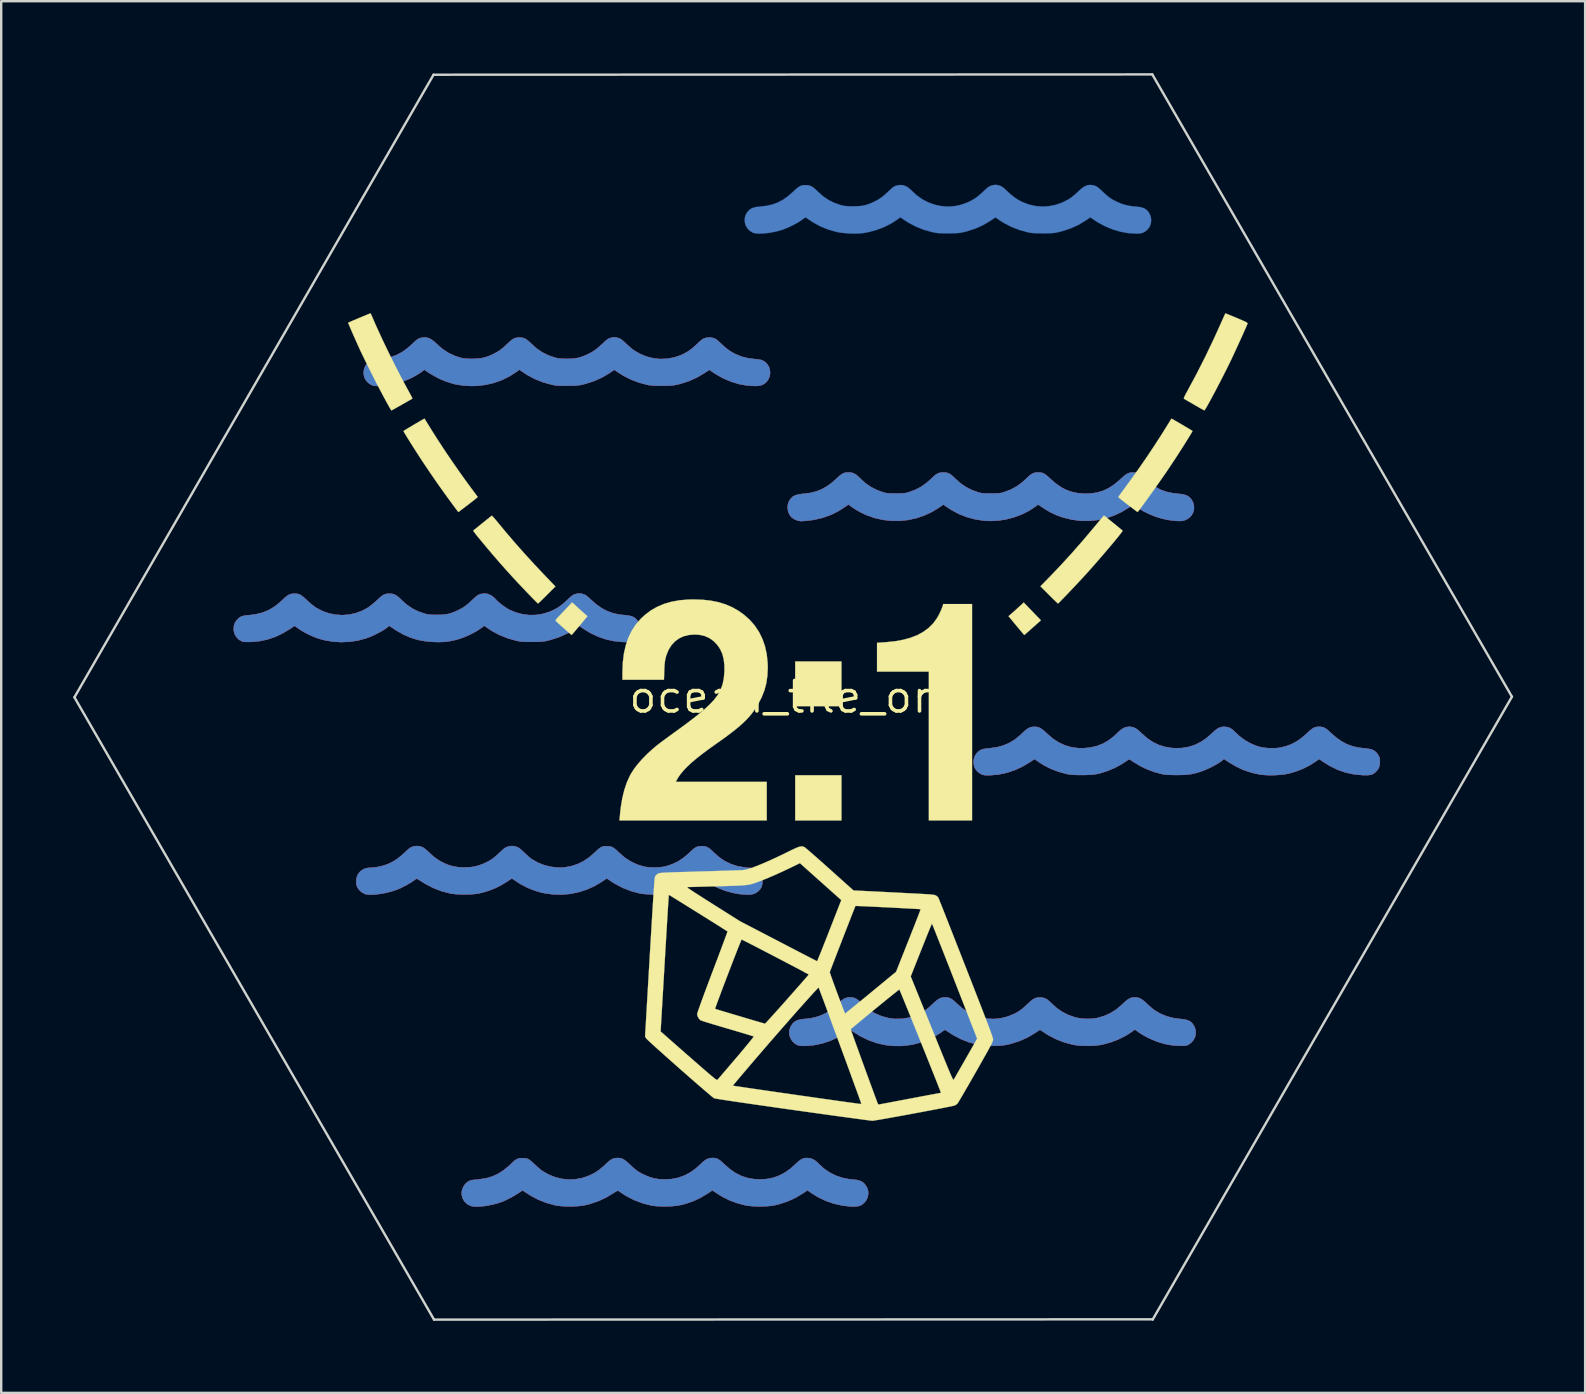
<source format=kicad_pcb>
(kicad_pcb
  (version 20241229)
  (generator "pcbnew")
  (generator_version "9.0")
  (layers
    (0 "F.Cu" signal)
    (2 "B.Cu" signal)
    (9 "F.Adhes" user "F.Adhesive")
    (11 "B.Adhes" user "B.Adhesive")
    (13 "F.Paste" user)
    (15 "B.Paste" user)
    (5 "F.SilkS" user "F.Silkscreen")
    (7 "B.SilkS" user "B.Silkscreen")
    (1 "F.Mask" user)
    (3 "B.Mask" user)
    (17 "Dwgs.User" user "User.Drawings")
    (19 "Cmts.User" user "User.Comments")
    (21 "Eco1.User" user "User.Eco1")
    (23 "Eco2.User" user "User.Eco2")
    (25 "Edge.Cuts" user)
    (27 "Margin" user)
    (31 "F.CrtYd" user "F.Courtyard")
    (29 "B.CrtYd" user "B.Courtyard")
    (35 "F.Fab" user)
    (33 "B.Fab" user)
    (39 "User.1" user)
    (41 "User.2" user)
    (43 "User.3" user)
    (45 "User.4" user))
  (footprint "ocean_tile_ore"
    (layer "F.Cu")
    (at 29.99 25.984)
    (property "Reference" "ocean_tile_ore" (at 0 0 0) (layer "F.SilkS") (effects (font (size 1.27 1.27) (thickness 0.15))))
    (attr through_hole)
    (fp_poly (pts (xy 0.634 19.204) (xy 0.754 19.226) (xy 0.862 19.274) (xy 0.968 19.351) (xy 1.053 19.433) (xy 1.276 19.639) (xy 1.52 19.808) (xy 1.783 19.939) (xy 2.065 20.033) (xy 2.362 20.089) (xy 2.48 20.099) (xy 2.635 20.115) (xy 2.757 20.142) (xy 2.855 20.184) (xy 2.937 20.244) (xy 2.985 20.294) (xy 3.071 20.421) (xy 3.119 20.558) (xy 3.129 20.701) (xy 3.102 20.841) (xy 3.039 20.971) (xy 2.966 21.06) (xy 2.884 21.132) (xy 2.8 21.182) (xy 2.704 21.212) (xy 2.588 21.226) (xy 2.442 21.225) (xy 2.401 21.224) (xy 2.044 21.184) (xy 1.694 21.104) (xy 1.355 20.987) (xy 1.034 20.833) (xy 0.785 20.68) (xy 0.594 20.549) (xy 0.399 20.68) (xy 0.088 20.865) (xy -0.236 21.012) (xy -0.581 21.125) (xy -0.769 21.171) (xy -0.927 21.196) (xy -1.114 21.213) (xy -1.317 21.22) (xy -1.524 21.219) (xy -1.723 21.209) (xy -1.901 21.189) (xy -2.002 21.171) (xy -2.34 21.082) (xy -2.653 20.966) (xy -2.949 20.818) (xy -3.158 20.689) (xy -3.365 20.551) (xy -3.573 20.689) (xy -3.871 20.866) (xy -4.179 21.008) (xy -4.505 21.117) (xy -4.72 21.169) (xy -4.87 21.194) (xy -5.048 21.21) (xy -5.243 21.219) (xy -5.442 21.22) (xy -5.633 21.213) (xy -5.804 21.198) (xy -5.915 21.18) (xy -6.278 21.087) (xy -6.626 20.954) (xy -6.962 20.782) (xy -7.286 20.569) (xy -7.29 20.566) (xy -7.321 20.569) (xy -7.381 20.598) (xy -7.469 20.653) (xy -7.491 20.668) (xy -7.805 20.856) (xy -8.141 21.009) (xy -8.498 21.126) (xy -8.678 21.17) (xy -8.842 21.196) (xy -9.035 21.213) (xy -9.242 21.221) (xy -9.453 21.219) (xy -9.655 21.207) (xy -9.835 21.186) (xy -9.921 21.171) (xy -10.284 21.071) (xy -10.628 20.935) (xy -10.953 20.76) (xy -11.062 20.69) (xy -11.143 20.636) (xy -11.21 20.592) (xy -11.256 20.563) (xy -11.273 20.553) (xy -11.291 20.564) (xy -11.338 20.594) (xy -11.405 20.638) (xy -11.476 20.685) (xy -11.746 20.848) (xy -12.024 20.984) (xy -12.141 21.031) (xy -12.312 21.088) (xy -12.494 21.137) (xy -12.681 21.176) (xy -12.866 21.205) (xy -13.04 21.223) (xy -13.196 21.229) (xy -13.328 21.221) (xy -13.426 21.2) (xy -13.569 21.129) (xy -13.68 21.031) (xy -13.759 20.904) (xy -13.8 20.777) (xy -13.811 20.645) (xy -13.787 20.513) (xy -13.734 20.389) (xy -13.656 20.28) (xy -13.558 20.194) (xy -13.445 20.138) (xy -13.369 20.121) (xy -13.311 20.115) (xy -13.225 20.106) (xy -13.123 20.095) (xy -13.052 20.087) (xy -12.78 20.044) (xy -12.529 19.969) (xy -12.293 19.861) (xy -12.066 19.716) (xy -11.844 19.533) (xy -11.779 19.472) (xy -11.678 19.376) (xy -11.596 19.306) (xy -11.528 19.259) (xy -11.463 19.23) (xy -11.395 19.215) (xy -11.314 19.21) (xy -11.271 19.209) (xy -11.186 19.211) (xy -11.116 19.221) (xy -11.053 19.241) (xy -10.989 19.276) (xy -10.918 19.331) (xy -10.83 19.409) (xy -10.754 19.481) (xy -10.666 19.563) (xy -10.576 19.641) (xy -10.496 19.707) (xy -10.435 19.751) (xy -10.177 19.897) (xy -9.908 20.004) (xy -9.63 20.072) (xy -9.347 20.1) (xy -9.064 20.087) (xy -8.784 20.034) (xy -8.678 20.002) (xy -8.463 19.921) (xy -8.27 19.823) (xy -8.086 19.701) (xy -7.903 19.549) (xy -7.825 19.476) (xy -7.721 19.378) (xy -7.637 19.308) (xy -7.565 19.26) (xy -7.498 19.229) (xy -7.427 19.211) (xy -7.365 19.204) (xy -7.266 19.201) (xy -7.178 19.214) (xy -7.092 19.246) (xy -7.003 19.302) (xy -6.901 19.385) (xy -6.807 19.472) (xy -6.686 19.585) (xy -6.584 19.673) (xy -6.49 19.745) (xy -6.394 19.806) (xy -6.285 19.864) (xy -6.195 19.907) (xy -5.99 19.993) (xy -5.795 20.051) (xy -5.593 20.083) (xy -5.371 20.094) (xy -5.345 20.095) (xy -5.053 20.077) (xy -4.781 20.023) (xy -4.525 19.931) (xy -4.281 19.801) (xy -4.047 19.631) (xy -3.872 19.473) (xy -3.766 19.372) (xy -3.678 19.3) (xy -3.599 19.251) (xy -3.523 19.222) (xy -3.44 19.206) (xy -3.405 19.202) (xy -3.302 19.201) (xy -3.212 19.216) (xy -3.126 19.252) (xy -3.035 19.312) (xy -2.932 19.401) (xy -2.874 19.457) (xy -2.643 19.661) (xy -2.407 19.825) (xy -2.162 19.948) (xy -1.905 20.033) (xy -1.634 20.081) (xy -1.386 20.094) (xy -1.102 20.077) (xy -0.835 20.025) (xy -0.584 19.936) (xy -0.343 19.81) (xy -0.11 19.643) (xy 0.098 19.457) (xy 0.211 19.351) (xy 0.309 19.277) (xy 0.399 19.229) (xy 0.489 19.205) (xy 0.587 19.201) (xy 0.634 19.204)) (stroke (width 0.01) (type solid)) (fill yes) (layer "F.Cu"))
    (fp_poly (pts (xy 2.32 -9.355) (xy 2.427 -9.346) (xy 2.524 -9.316) (xy 2.619 -9.261) (xy 2.72 -9.175) (xy 2.781 -9.116) (xy 3.005 -8.912) (xy 3.243 -8.746) (xy 3.5 -8.616) (xy 3.719 -8.537) (xy 3.791 -8.516) (xy 3.853 -8.5) (xy 3.916 -8.49) (xy 3.988 -8.484) (xy 4.079 -8.481) (xy 4.198 -8.48) (xy 4.276 -8.479) (xy 4.413 -8.48) (xy 4.518 -8.482) (xy 4.599 -8.486) (xy 4.666 -8.494) (xy 4.727 -8.507) (xy 4.792 -8.525) (xy 4.832 -8.537) (xy 5.091 -8.633) (xy 5.326 -8.756) (xy 5.547 -8.911) (xy 5.756 -9.097) (xy 5.86 -9.197) (xy 5.947 -9.267) (xy 6.026 -9.314) (xy 6.104 -9.341) (xy 6.191 -9.353) (xy 6.255 -9.355) (xy 6.353 -9.35) (xy 6.436 -9.333) (xy 6.514 -9.299) (xy 6.595 -9.243) (xy 6.687 -9.161) (xy 6.752 -9.098) (xy 6.971 -8.903) (xy 7.199 -8.746) (xy 7.445 -8.621) (xy 7.677 -8.537) (xy 7.749 -8.516) (xy 7.811 -8.5) (xy 7.874 -8.49) (xy 7.946 -8.484) (xy 8.037 -8.481) (xy 8.156 -8.48) (xy 8.234 -8.479) (xy 8.372 -8.48) (xy 8.476 -8.482) (xy 8.557 -8.486) (xy 8.624 -8.494) (xy 8.685 -8.507) (xy 8.751 -8.525) (xy 8.79 -8.537) (xy 9.066 -8.641) (xy 9.319 -8.779) (xy 9.554 -8.952) (xy 9.729 -9.116) (xy 9.838 -9.219) (xy 9.935 -9.29) (xy 10.03 -9.333) (xy 10.13 -9.353) (xy 10.189 -9.355) (xy 10.279 -9.353) (xy 10.354 -9.342) (xy 10.423 -9.318) (xy 10.494 -9.277) (xy 10.573 -9.216) (xy 10.671 -9.129) (xy 10.722 -9.081) (xy 10.94 -8.893) (xy 11.155 -8.742) (xy 11.372 -8.628) (xy 11.598 -8.547) (xy 11.84 -8.496) (xy 12.097 -8.473) (xy 12.386 -8.477) (xy 12.653 -8.516) (xy 12.905 -8.59) (xy 13.143 -8.701) (xy 13.374 -8.852) (xy 13.601 -9.042) (xy 13.619 -9.06) (xy 13.734 -9.166) (xy 13.828 -9.244) (xy 13.909 -9.297) (xy 13.984 -9.331) (xy 14.061 -9.349) (xy 14.147 -9.355) (xy 14.161 -9.355) (xy 14.259 -9.349) (xy 14.346 -9.328) (xy 14.43 -9.289) (xy 14.52 -9.226) (xy 14.624 -9.136) (xy 14.679 -9.083) (xy 14.89 -8.895) (xy 15.1 -8.746) (xy 15.317 -8.631) (xy 15.548 -8.548) (xy 15.801 -8.494) (xy 16.031 -8.467) (xy 16.196 -8.449) (xy 16.325 -8.42) (xy 16.428 -8.378) (xy 16.51 -8.32) (xy 16.58 -8.243) (xy 16.584 -8.237) (xy 16.659 -8.101) (xy 16.696 -7.96) (xy 16.696 -7.82) (xy 16.661 -7.686) (xy 16.593 -7.565) (xy 16.496 -7.463) (xy 16.369 -7.385) (xy 16.284 -7.353) (xy 16.192 -7.335) (xy 16.079 -7.33) (xy 15.939 -7.336) (xy 15.767 -7.355) (xy 15.6 -7.379) (xy 15.352 -7.433) (xy 15.091 -7.515) (xy 14.83 -7.62) (xy 14.583 -7.742) (xy 14.362 -7.877) (xy 14.32 -7.906) (xy 14.166 -8.017) (xy 13.999 -7.901) (xy 13.688 -7.711) (xy 13.36 -7.558) (xy 13.021 -7.445) (xy 12.672 -7.371) (xy 12.317 -7.336) (xy 11.959 -7.342) (xy 11.602 -7.389) (xy 11.248 -7.476) (xy 11.197 -7.493) (xy 10.96 -7.579) (xy 10.742 -7.68) (xy 10.525 -7.804) (xy 10.407 -7.881) (xy 10.203 -8.017) (xy 10.092 -7.934) (xy 9.818 -7.754) (xy 9.518 -7.604) (xy 9.199 -7.485) (xy 8.868 -7.398) (xy 8.53 -7.347) (xy 8.193 -7.332) (xy 7.959 -7.344) (xy 7.59 -7.399) (xy 7.239 -7.492) (xy 6.905 -7.623) (xy 6.585 -7.794) (xy 6.45 -7.881) (xy 6.253 -8.015) (xy 6.106 -7.911) (xy 5.799 -7.72) (xy 5.476 -7.567) (xy 5.139 -7.452) (xy 4.794 -7.375) (xy 4.442 -7.338) (xy 4.088 -7.339) (xy 3.734 -7.38) (xy 3.385 -7.46) (xy 3.044 -7.581) (xy 3.009 -7.596) (xy 2.837 -7.678) (xy 2.661 -7.775) (xy 2.498 -7.877) (xy 2.397 -7.949) (xy 2.303 -8.021) (xy 2.194 -7.942) (xy 1.884 -7.742) (xy 1.56 -7.582) (xy 1.22 -7.462) (xy 0.864 -7.38) (xy 0.603 -7.346) (xy 0.48 -7.335) (xy 0.39 -7.328) (xy 0.323 -7.327) (xy 0.271 -7.331) (xy 0.224 -7.339) (xy 0.201 -7.344) (xy 0.051 -7.402) (xy -0.07 -7.489) (xy -0.158 -7.602) (xy -0.213 -7.738) (xy -0.232 -7.895) (xy -0.232 -7.895) (xy -0.216 -8.042) (xy -0.167 -8.169) (xy -0.088 -8.28) (xy -0.015 -8.347) (xy 0.076 -8.397) (xy 0.191 -8.433) (xy 0.336 -8.457) (xy 0.441 -8.467) (xy 0.707 -8.501) (xy 0.95 -8.56) (xy 1.177 -8.649) (xy 1.396 -8.77) (xy 1.611 -8.926) (xy 1.81 -9.102) (xy 1.914 -9.198) (xy 1.999 -9.266) (xy 2.073 -9.312) (xy 2.145 -9.339) (xy 2.224 -9.352) (xy 2.319 -9.355) (xy 2.32 -9.355)) (stroke (width 0.01) (type solid)) (fill yes) (layer "F.Cu"))
    (fp_poly (pts (xy 14.103 1.248) (xy 14.196 1.273) (xy 14.287 1.32) (xy 14.385 1.393) (xy 14.498 1.497) (xy 14.513 1.513) (xy 14.74 1.713) (xy 14.976 1.874) (xy 15.224 1.994) (xy 15.488 2.077) (xy 15.77 2.123) (xy 15.896 2.131) (xy 16.189 2.125) (xy 16.467 2.079) (xy 16.731 1.995) (xy 16.983 1.87) (xy 17.224 1.705) (xy 17.431 1.524) (xy 17.544 1.418) (xy 17.639 1.341) (xy 17.723 1.289) (xy 17.804 1.258) (xy 17.889 1.243) (xy 17.949 1.24) (xy 18.078 1.251) (xy 18.191 1.288) (xy 18.297 1.356) (xy 18.408 1.46) (xy 18.409 1.461) (xy 18.606 1.645) (xy 18.83 1.807) (xy 19.069 1.942) (xy 19.316 2.043) (xy 19.42 2.074) (xy 19.594 2.109) (xy 19.789 2.129) (xy 19.99 2.134) (xy 20.18 2.123) (xy 20.285 2.108) (xy 20.527 2.049) (xy 20.748 1.968) (xy 20.957 1.859) (xy 21.161 1.719) (xy 21.367 1.542) (xy 21.396 1.515) (xy 21.505 1.416) (xy 21.592 1.343) (xy 21.667 1.293) (xy 21.735 1.262) (xy 21.806 1.246) (xy 21.886 1.241) (xy 21.907 1.24) (xy 21.999 1.245) (xy 22.077 1.261) (xy 22.151 1.293) (xy 22.229 1.345) (xy 22.32 1.422) (xy 22.395 1.492) (xy 22.617 1.687) (xy 22.838 1.843) (xy 23.063 1.964) (xy 23.299 2.051) (xy 23.552 2.108) (xy 23.791 2.136) (xy 23.955 2.154) (xy 24.085 2.182) (xy 24.188 2.226) (xy 24.271 2.289) (xy 24.343 2.374) (xy 24.379 2.431) (xy 24.41 2.489) (xy 24.427 2.543) (xy 24.435 2.61) (xy 24.437 2.699) (xy 24.429 2.832) (xy 24.401 2.938) (xy 24.348 3.03) (xy 24.272 3.115) (xy 24.208 3.171) (xy 24.144 3.211) (xy 24.072 3.238) (xy 23.983 3.252) (xy 23.869 3.257) (xy 23.723 3.254) (xy 23.701 3.253) (xy 23.345 3.218) (xy 23.003 3.143) (xy 22.673 3.028) (xy 22.353 2.872) (xy 22.109 2.72) (xy 21.908 2.584) (xy 21.753 2.695) (xy 21.512 2.848) (xy 21.242 2.984) (xy 20.954 3.098) (xy 20.659 3.185) (xy 20.638 3.19) (xy 20.464 3.222) (xy 20.262 3.244) (xy 20.045 3.256) (xy 19.826 3.258) (xy 19.619 3.248) (xy 19.441 3.229) (xy 19.103 3.155) (xy 18.768 3.043) (xy 18.445 2.894) (xy 18.147 2.716) (xy 17.944 2.58) (xy 17.899 2.621) (xy 17.815 2.688) (xy 17.7 2.763) (xy 17.563 2.843) (xy 17.413 2.922) (xy 17.259 2.995) (xy 17.111 3.058) (xy 17.037 3.086) (xy 16.87 3.142) (xy 16.718 3.184) (xy 16.57 3.214) (xy 16.415 3.233) (xy 16.243 3.245) (xy 16.043 3.249) (xy 15.981 3.249) (xy 15.812 3.248) (xy 15.677 3.245) (xy 15.568 3.239) (xy 15.477 3.23) (xy 15.397 3.217) (xy 15.367 3.211) (xy 15.053 3.127) (xy 14.743 3.012) (xy 14.449 2.871) (xy 14.181 2.709) (xy 14.171 2.701) (xy 14.092 2.648) (xy 14.039 2.616) (xy 14.004 2.602) (xy 13.98 2.603) (xy 13.959 2.614) (xy 13.673 2.803) (xy 13.391 2.955) (xy 13.108 3.074) (xy 13.031 3.101) (xy 12.879 3.15) (xy 12.746 3.186) (xy 12.623 3.213) (xy 12.497 3.231) (xy 12.36 3.242) (xy 12.201 3.248) (xy 12.023 3.249) (xy 11.866 3.249) (xy 11.743 3.246) (xy 11.645 3.242) (xy 11.562 3.234) (xy 11.485 3.223) (xy 11.406 3.208) (xy 11.369 3.2) (xy 11.047 3.111) (xy 10.738 2.993) (xy 10.451 2.849) (xy 10.211 2.697) (xy 10.055 2.585) (xy 9.855 2.718) (xy 9.547 2.901) (xy 9.226 3.048) (xy 8.897 3.157) (xy 8.563 3.228) (xy 8.229 3.258) (xy 8.149 3.26) (xy 8.045 3.259) (xy 7.97 3.255) (xy 7.914 3.245) (xy 7.865 3.228) (xy 7.811 3.202) (xy 7.808 3.201) (xy 7.7 3.126) (xy 7.61 3.029) (xy 7.549 2.921) (xy 7.536 2.883) (xy 7.514 2.733) (xy 7.527 2.585) (xy 7.574 2.448) (xy 7.652 2.33) (xy 7.694 2.288) (xy 7.763 2.235) (xy 7.833 2.196) (xy 7.915 2.169) (xy 8.019 2.15) (xy 8.154 2.137) (xy 8.169 2.135) (xy 8.465 2.097) (xy 8.736 2.026) (xy 8.987 1.92) (xy 9.224 1.778) (xy 9.451 1.596) (xy 9.544 1.507) (xy 9.655 1.403) (xy 9.75 1.329) (xy 9.836 1.28) (xy 9.924 1.252) (xy 10.02 1.242) (xy 10.054 1.241) (xy 10.143 1.246) (xy 10.222 1.265) (xy 10.301 1.3) (xy 10.385 1.357) (xy 10.482 1.438) (xy 10.583 1.533) (xy 10.817 1.733) (xy 11.062 1.893) (xy 11.318 2.011) (xy 11.586 2.09) (xy 11.868 2.129) (xy 12.118 2.131) (xy 12.403 2.1) (xy 12.668 2.036) (xy 12.916 1.936) (xy 13.151 1.798) (xy 13.376 1.622) (xy 13.513 1.492) (xy 13.627 1.385) (xy 13.73 1.311) (xy 13.828 1.265) (xy 13.932 1.243) (xy 14.002 1.24) (xy 14.103 1.248)) (stroke (width 0.01) (type solid)) (fill yes) (layer "F.Cu"))
    (fp_poly (pts (xy -8.814 -4.304) (xy -8.743 -4.284) (xy -8.689 -4.265) (xy -8.637 -4.237) (xy -8.578 -4.194) (xy -8.506 -4.131) (xy -8.425 -4.055) (xy -8.203 -3.86) (xy -7.982 -3.704) (xy -7.756 -3.584) (xy -7.518 -3.496) (xy -7.261 -3.438) (xy -7.017 -3.41) (xy -6.865 -3.393) (xy -6.746 -3.368) (xy -6.652 -3.331) (xy -6.574 -3.278) (xy -6.51 -3.212) (xy -6.428 -3.087) (xy -6.383 -2.949) (xy -6.375 -2.807) (xy -6.402 -2.667) (xy -6.465 -2.537) (xy -6.557 -2.43) (xy -6.631 -2.371) (xy -6.705 -2.329) (xy -6.789 -2.303) (xy -6.891 -2.291) (xy -7.022 -2.289) (xy -7.107 -2.292) (xy -7.464 -2.328) (xy -7.812 -2.405) (xy -8.15 -2.524) (xy -8.476 -2.682) (xy -8.705 -2.823) (xy -8.912 -2.961) (xy -9.113 -2.825) (xy -9.419 -2.643) (xy -9.75 -2.494) (xy -10.106 -2.379) (xy -10.288 -2.335) (xy -10.367 -2.32) (xy -10.454 -2.31) (xy -10.555 -2.302) (xy -10.68 -2.298) (xy -10.836 -2.297) (xy -10.89 -2.297) (xy -11.045 -2.297) (xy -11.167 -2.3) (xy -11.265 -2.304) (xy -11.349 -2.312) (xy -11.426 -2.324) (xy -11.508 -2.34) (xy -11.533 -2.346) (xy -11.899 -2.448) (xy -12.245 -2.588) (xy -12.569 -2.763) (xy -12.798 -2.919) (xy -12.865 -2.968) (xy -12.98 -2.883) (xy -13.199 -2.738) (xy -13.446 -2.606) (xy -13.707 -2.492) (xy -13.966 -2.403) (xy -14.076 -2.374) (xy -14.252 -2.335) (xy -14.414 -2.309) (xy -14.576 -2.294) (xy -14.752 -2.289) (xy -14.955 -2.292) (xy -14.962 -2.292) (xy -15.304 -2.319) (xy -15.624 -2.378) (xy -15.929 -2.47) (xy -16.226 -2.598) (xy -16.523 -2.765) (xy -16.634 -2.837) (xy -16.83 -2.968) (xy -16.877 -2.926) (xy -16.969 -2.853) (xy -17.093 -2.772) (xy -17.241 -2.689) (xy -17.402 -2.607) (xy -17.57 -2.53) (xy -17.735 -2.465) (xy -17.823 -2.434) (xy -18.145 -2.35) (xy -18.483 -2.3) (xy -18.828 -2.286) (xy -19.173 -2.307) (xy -19.51 -2.363) (xy -19.77 -2.434) (xy -19.948 -2.499) (xy -20.138 -2.582) (xy -20.324 -2.675) (xy -20.493 -2.772) (xy -20.602 -2.845) (xy -20.768 -2.964) (xy -20.961 -2.835) (xy -21.276 -2.646) (xy -21.594 -2.498) (xy -21.918 -2.391) (xy -22.251 -2.323) (xy -22.574 -2.295) (xy -22.708 -2.292) (xy -22.807 -2.293) (xy -22.879 -2.298) (xy -22.932 -2.309) (xy -22.953 -2.316) (xy -23.081 -2.385) (xy -23.184 -2.485) (xy -23.259 -2.607) (xy -23.299 -2.745) (xy -23.305 -2.82) (xy -23.295 -2.959) (xy -23.262 -3.071) (xy -23.202 -3.171) (xy -23.171 -3.209) (xy -23.102 -3.28) (xy -23.031 -3.331) (xy -22.95 -3.367) (xy -22.848 -3.391) (xy -22.716 -3.407) (xy -22.669 -3.41) (xy -22.369 -3.449) (xy -22.095 -3.519) (xy -21.842 -3.623) (xy -21.606 -3.763) (xy -21.383 -3.941) (xy -21.289 -4.03) (xy -21.178 -4.135) (xy -21.086 -4.21) (xy -21.003 -4.261) (xy -20.922 -4.29) (xy -20.836 -4.303) (xy -20.786 -4.305) (xy -20.695 -4.303) (xy -20.618 -4.291) (xy -20.548 -4.266) (xy -20.476 -4.223) (xy -20.395 -4.159) (xy -20.295 -4.069) (xy -20.257 -4.033) (xy -20.15 -3.935) (xy -20.037 -3.841) (xy -19.932 -3.76) (xy -19.855 -3.708) (xy -19.601 -3.576) (xy -19.334 -3.483) (xy -19.058 -3.428) (xy -18.778 -3.411) (xy -18.499 -3.433) (xy -18.224 -3.492) (xy -17.958 -3.591) (xy -17.737 -3.708) (xy -17.647 -3.77) (xy -17.54 -3.853) (xy -17.428 -3.948) (xy -17.335 -4.033) (xy -17.228 -4.132) (xy -17.141 -4.205) (xy -17.067 -4.254) (xy -16.997 -4.284) (xy -16.924 -4.3) (xy -16.839 -4.305) (xy -16.806 -4.305) (xy -16.708 -4.298) (xy -16.621 -4.275) (xy -16.535 -4.231) (xy -16.444 -4.163) (xy -16.339 -4.066) (xy -16.307 -4.035) (xy -16.087 -3.839) (xy -15.853 -3.681) (xy -15.598 -3.556) (xy -15.333 -3.468) (xy -15.256 -3.449) (xy -15.181 -3.436) (xy -15.096 -3.428) (xy -14.991 -3.423) (xy -14.856 -3.422) (xy -14.838 -3.422) (xy -14.652 -3.426) (xy -14.496 -3.439) (xy -14.357 -3.463) (xy -14.223 -3.503) (xy -14.08 -3.559) (xy -13.975 -3.608) (xy -13.856 -3.668) (xy -13.757 -3.723) (xy -13.667 -3.783) (xy -13.577 -3.853) (xy -13.477 -3.94) (xy -13.364 -4.045) (xy -13.272 -4.131) (xy -13.202 -4.192) (xy -13.146 -4.234) (xy -13.096 -4.262) (xy -13.045 -4.282) (xy -13.026 -4.288) (xy -12.873 -4.312) (xy -12.726 -4.294) (xy -12.586 -4.236) (xy -12.456 -4.137) (xy -12.396 -4.074) (xy -12.305 -3.982) (xy -12.188 -3.882) (xy -12.058 -3.783) (xy -11.926 -3.695) (xy -11.813 -3.631) (xy -11.545 -3.519) (xy -11.268 -3.447) (xy -10.985 -3.413) (xy -10.701 -3.419) (xy -10.421 -3.465) (xy -10.15 -3.55) (xy -10.04 -3.598) (xy -9.901 -3.667) (xy -9.779 -3.739) (xy -9.663 -3.822) (xy -9.541 -3.923) (xy -9.408 -4.045) (xy -9.314 -4.133) (xy -9.242 -4.195) (xy -9.185 -4.237) (xy -9.133 -4.265) (xy -9.081 -4.284) (xy -9.079 -4.285) (xy -8.98 -4.309) (xy -8.899 -4.316) (xy -8.814 -4.304)) (stroke (width 0.01) (type solid)) (fill yes) (layer "F.Cu"))
    (fp_poly (pts (xy -15.534 6.224) (xy -15.497 6.235) (xy -15.445 6.254) (xy -15.393 6.282) (xy -15.335 6.325) (xy -15.261 6.388) (xy -15.17 6.473) (xy -15.031 6.6) (xy -14.908 6.701) (xy -14.789 6.785) (xy -14.663 6.858) (xy -14.532 6.923) (xy -14.343 7.002) (xy -14.157 7.055) (xy -13.961 7.086) (xy -13.743 7.098) (xy -13.695 7.099) (xy -13.474 7.091) (xy -13.279 7.065) (xy -13.095 7.017) (xy -12.908 6.946) (xy -12.835 6.912) (xy -12.716 6.854) (xy -12.616 6.798) (xy -12.525 6.738) (xy -12.433 6.666) (xy -12.331 6.577) (xy -12.222 6.475) (xy -12.127 6.387) (xy -12.055 6.325) (xy -11.996 6.282) (xy -11.945 6.254) (xy -11.893 6.235) (xy -11.893 6.235) (xy -11.78 6.208) (xy -11.681 6.205) (xy -11.575 6.225) (xy -11.538 6.235) (xy -11.486 6.254) (xy -11.435 6.281) (xy -11.378 6.323) (xy -11.307 6.384) (xy -11.215 6.47) (xy -11.211 6.474) (xy -11.123 6.556) (xy -11.037 6.634) (xy -10.961 6.699) (xy -10.904 6.743) (xy -10.897 6.748) (xy -10.664 6.884) (xy -10.411 6.989) (xy -10.146 7.062) (xy -9.876 7.101) (xy -9.611 7.104) (xy -9.496 7.092) (xy -9.22 7.039) (xy -8.964 6.952) (xy -8.722 6.831) (xy -8.49 6.672) (xy -8.266 6.476) (xy -8.163 6.379) (xy -8.082 6.31) (xy -8.013 6.262) (xy -7.948 6.233) (xy -7.88 6.219) (xy -7.8 6.213) (xy -7.768 6.213) (xy -7.672 6.217) (xy -7.591 6.232) (xy -7.517 6.262) (xy -7.44 6.312) (xy -7.353 6.386) (xy -7.261 6.475) (xy -7.028 6.679) (xy -6.779 6.844) (xy -6.512 6.971) (xy -6.227 7.062) (xy -6.221 7.063) (xy -6.089 7.086) (xy -5.929 7.098) (xy -5.757 7.101) (xy -5.586 7.093) (xy -5.43 7.077) (xy -5.309 7.053) (xy -5.044 6.966) (xy -4.805 6.853) (xy -4.584 6.71) (xy -4.37 6.531) (xy -4.326 6.488) (xy -4.22 6.388) (xy -4.134 6.315) (xy -4.06 6.265) (xy -3.99 6.234) (xy -3.916 6.219) (xy -3.83 6.214) (xy -3.81 6.213) (xy -3.717 6.217) (xy -3.639 6.231) (xy -3.566 6.261) (xy -3.492 6.309) (xy -3.406 6.381) (xy -3.301 6.481) (xy -3.301 6.481) (xy -3.08 6.677) (xy -2.849 6.833) (xy -2.605 6.953) (xy -2.341 7.04) (xy -2.054 7.094) (xy -1.903 7.109) (xy -1.769 7.122) (xy -1.666 7.141) (xy -1.586 7.167) (xy -1.518 7.205) (xy -1.453 7.258) (xy -1.443 7.268) (xy -1.363 7.357) (xy -1.312 7.452) (xy -1.287 7.564) (xy -1.281 7.673) (xy -1.29 7.807) (xy -1.32 7.914) (xy -1.376 8.007) (xy -1.443 8.079) (xy -1.537 8.153) (xy -1.64 8.201) (xy -1.763 8.227) (xy -1.892 8.233) (xy -2.2 8.215) (xy -2.515 8.16) (xy -2.831 8.071) (xy -3.14 7.95) (xy -3.432 7.801) (xy -3.617 7.684) (xy -3.806 7.555) (xy -3.979 7.673) (xy -4.283 7.855) (xy -4.609 8.007) (xy -4.95 8.124) (xy -5.15 8.175) (xy -5.299 8.199) (xy -5.476 8.216) (xy -5.671 8.224) (xy -5.872 8.225) (xy -6.067 8.218) (xy -6.246 8.203) (xy -6.396 8.18) (xy -6.417 8.176) (xy -6.776 8.077) (xy -7.111 7.944) (xy -7.428 7.776) (xy -7.559 7.693) (xy -7.765 7.556) (xy -7.967 7.693) (xy -8.274 7.876) (xy -8.599 8.022) (xy -8.938 8.13) (xy -9.287 8.201) (xy -9.642 8.232) (xy -10 8.224) (xy -10.356 8.175) (xy -10.526 8.137) (xy -10.801 8.053) (xy -11.074 7.941) (xy -11.333 7.808) (xy -11.565 7.66) (xy -11.597 7.636) (xy -11.672 7.586) (xy -11.72 7.566) (xy -11.739 7.569) (xy -11.984 7.732) (xy -12.213 7.865) (xy -12.435 7.974) (xy -12.659 8.062) (xy -12.894 8.134) (xy -13.102 8.184) (xy -13.223 8.202) (xy -13.374 8.216) (xy -13.546 8.223) (xy -13.727 8.225) (xy -13.906 8.221) (xy -14.072 8.211) (xy -14.214 8.195) (xy -14.276 8.184) (xy -14.64 8.091) (xy -14.983 7.96) (xy -15.307 7.793) (xy -15.465 7.693) (xy -15.558 7.634) (xy -15.631 7.592) (xy -15.68 7.571) (xy -15.697 7.571) (xy -15.895 7.709) (xy -16.118 7.841) (xy -16.349 7.958) (xy -16.498 8.021) (xy -16.658 8.078) (xy -16.833 8.127) (xy -17.015 8.169) (xy -17.198 8.201) (xy -17.374 8.223) (xy -17.535 8.234) (xy -17.676 8.233) (xy -17.787 8.219) (xy -17.834 8.206) (xy -17.975 8.131) (xy -18.085 8.029) (xy -18.117 7.987) (xy -18.166 7.899) (xy -18.194 7.812) (xy -18.202 7.71) (xy -18.198 7.606) (xy -18.167 7.463) (xy -18.1 7.339) (xy -18.004 7.239) (xy -17.882 7.165) (xy -17.739 7.122) (xy -17.636 7.113) (xy -17.49 7.104) (xy -17.325 7.081) (xy -17.161 7.047) (xy -17.078 7.025) (xy -16.876 6.956) (xy -16.689 6.867) (xy -16.509 6.754) (xy -16.328 6.611) (xy -16.181 6.477) (xy -16.087 6.389) (xy -16.016 6.327) (xy -15.959 6.284) (xy -15.908 6.256) (xy -15.857 6.237) (xy -15.852 6.235) (xy -15.739 6.209) (xy -15.64 6.205) (xy -15.534 6.224)) (stroke (width 0.01) (type solid)) (fill yes) (layer "F.Cu"))
    (fp_poly (pts (xy 6.427 12.516) (xy 6.514 12.538) (xy 6.598 12.581) (xy 6.689 12.648) (xy 6.795 12.744) (xy 6.819 12.768) (xy 7.051 12.971) (xy 7.298 13.136) (xy 7.557 13.264) (xy 7.825 13.352) (xy 8.099 13.402) (xy 8.377 13.412) (xy 8.656 13.381) (xy 8.933 13.311) (xy 9.205 13.199) (xy 9.218 13.192) (xy 9.329 13.134) (xy 9.425 13.075) (xy 9.516 13.009) (xy 9.612 12.929) (xy 9.724 12.826) (xy 9.758 12.794) (xy 9.863 12.696) (xy 9.948 12.624) (xy 10.019 12.575) (xy 10.086 12.543) (xy 10.156 12.525) (xy 10.236 12.515) (xy 10.247 12.514) (xy 10.374 12.518) (xy 10.489 12.55) (xy 10.601 12.614) (xy 10.716 12.714) (xy 10.742 12.741) (xy 10.967 12.947) (xy 11.213 13.118) (xy 11.477 13.251) (xy 11.754 13.346) (xy 11.761 13.348) (xy 11.97 13.388) (xy 12.197 13.406) (xy 12.424 13.402) (xy 12.637 13.375) (xy 12.706 13.36) (xy 12.971 13.279) (xy 13.211 13.171) (xy 13.435 13.031) (xy 13.652 12.854) (xy 13.727 12.783) (xy 13.84 12.677) (xy 13.937 12.601) (xy 14.024 12.551) (xy 14.11 12.522) (xy 14.201 12.511) (xy 14.235 12.51) (xy 14.329 12.517) (xy 14.416 12.539) (xy 14.501 12.581) (xy 14.593 12.648) (xy 14.701 12.743) (xy 14.741 12.781) (xy 14.83 12.864) (xy 14.924 12.945) (xy 15.01 13.015) (xy 15.068 13.058) (xy 15.311 13.198) (xy 15.576 13.304) (xy 15.859 13.376) (xy 16.133 13.41) (xy 16.305 13.43) (xy 16.443 13.468) (xy 16.552 13.525) (xy 16.629 13.595) (xy 16.714 13.726) (xy 16.761 13.865) (xy 16.771 14.008) (xy 16.745 14.147) (xy 16.684 14.277) (xy 16.591 14.39) (xy 16.465 14.481) (xy 16.458 14.485) (xy 16.418 14.504) (xy 16.376 14.517) (xy 16.323 14.525) (xy 16.25 14.528) (xy 16.147 14.529) (xy 16.097 14.528) (xy 15.772 14.507) (xy 15.452 14.447) (xy 15.135 14.349) (xy 14.814 14.21) (xy 14.753 14.179) (xy 14.645 14.121) (xy 14.535 14.057) (xy 14.437 13.997) (xy 14.373 13.953) (xy 14.236 13.852) (xy 14.083 13.961) (xy 13.826 14.124) (xy 13.539 14.266) (xy 13.231 14.383) (xy 12.91 14.472) (xy 12.869 14.481) (xy 12.703 14.508) (xy 12.509 14.525) (xy 12.3 14.532) (xy 12.089 14.529) (xy 11.889 14.517) (xy 11.712 14.494) (xy 11.651 14.482) (xy 11.287 14.385) (xy 10.947 14.253) (xy 10.629 14.087) (xy 10.482 13.994) (xy 10.404 13.942) (xy 10.339 13.9) (xy 10.295 13.872) (xy 10.281 13.864) (xy 10.261 13.875) (xy 10.214 13.905) (xy 10.146 13.95) (xy 10.067 14.002) (xy 9.753 14.187) (xy 9.417 14.335) (xy 9.063 14.447) (xy 8.869 14.491) (xy 8.714 14.513) (xy 8.531 14.526) (xy 8.332 14.531) (xy 8.13 14.528) (xy 7.938 14.516) (xy 7.768 14.496) (xy 7.691 14.482) (xy 7.331 14.385) (xy 6.992 14.254) (xy 6.671 14.085) (xy 6.526 13.993) (xy 6.447 13.941) (xy 6.381 13.899) (xy 6.337 13.872) (xy 6.322 13.864) (xy 6.301 13.876) (xy 6.253 13.907) (xy 6.189 13.952) (xy 6.149 13.98) (xy 5.945 14.109) (xy 5.712 14.229) (xy 5.46 14.335) (xy 5.204 14.421) (xy 4.955 14.482) (xy 4.916 14.489) (xy 4.549 14.534) (xy 4.186 14.536) (xy 3.829 14.496) (xy 3.478 14.415) (xy 3.134 14.293) (xy 2.798 14.129) (xy 2.47 13.924) (xy 2.403 13.877) (xy 2.373 13.878) (xy 2.315 13.905) (xy 2.226 13.959) (xy 2.179 13.99) (xy 1.862 14.178) (xy 1.532 14.327) (xy 1.193 14.437) (xy 0.846 14.506) (xy 0.551 14.532) (xy 0.424 14.535) (xy 0.328 14.532) (xy 0.254 14.522) (xy 0.204 14.508) (xy 0.087 14.45) (xy -0.016 14.359) (xy -0.097 14.244) (xy -0.15 14.115) (xy -0.169 13.981) (xy -0.169 13.981) (xy -0.152 13.856) (xy -0.105 13.73) (xy -0.036 13.62) (xy -0.019 13.6) (xy 0.062 13.526) (xy 0.154 13.473) (xy 0.267 13.438) (xy 0.409 13.416) (xy 0.476 13.41) (xy 0.716 13.384) (xy 0.933 13.338) (xy 1.141 13.268) (xy 1.143 13.267) (xy 1.321 13.188) (xy 1.484 13.096) (xy 1.641 12.983) (xy 1.801 12.844) (xy 1.909 12.741) (xy 2.018 12.64) (xy 2.116 12.571) (xy 2.211 12.53) (xy 2.314 12.512) (xy 2.371 12.509) (xy 2.465 12.515) (xy 2.55 12.536) (xy 2.634 12.576) (xy 2.724 12.638) (xy 2.828 12.728) (xy 2.888 12.784) (xy 3.006 12.895) (xy 3.106 12.981) (xy 3.196 13.05) (xy 3.288 13.11) (xy 3.389 13.166) (xy 3.44 13.192) (xy 3.687 13.296) (xy 3.948 13.368) (xy 4.211 13.406) (xy 4.469 13.407) (xy 4.553 13.4) (xy 4.727 13.374) (xy 4.875 13.341) (xy 5.018 13.295) (xy 5.171 13.23) (xy 5.218 13.208) (xy 5.342 13.146) (xy 5.446 13.087) (xy 5.541 13.023) (xy 5.636 12.947) (xy 5.743 12.852) (xy 5.828 12.77) (xy 5.941 12.667) (xy 6.037 12.593) (xy 6.125 12.545) (xy 6.214 12.519) (xy 6.311 12.51) (xy 6.329 12.509) (xy 6.427 12.516)) (stroke (width 0.01) (type solid)) (fill yes) (layer "F.Cu"))
    (fp_poly (pts (xy -7.353 -14.972) (xy -7.282 -14.952) (xy -7.228 -14.933) (xy -7.176 -14.905) (xy -7.118 -14.862) (xy -7.045 -14.799) (xy -6.964 -14.723) (xy -6.875 -14.64) (xy -6.783 -14.559) (xy -6.699 -14.49) (xy -6.634 -14.442) (xy -6.377 -14.292) (xy -6.108 -14.182) (xy -5.83 -14.111) (xy -5.547 -14.08) (xy -5.261 -14.09) (xy -4.976 -14.141) (xy -4.815 -14.189) (xy -4.598 -14.275) (xy -4.401 -14.382) (xy -4.213 -14.517) (xy -4.024 -14.684) (xy -4.003 -14.705) (xy -3.924 -14.78) (xy -3.848 -14.847) (xy -3.784 -14.898) (xy -3.745 -14.923) (xy -3.61 -14.969) (xy -3.464 -14.978) (xy -3.336 -14.956) (xy -3.283 -14.938) (xy -3.233 -14.913) (xy -3.179 -14.876) (xy -3.114 -14.821) (xy -3.029 -14.743) (xy -3 -14.715) (xy -2.861 -14.588) (xy -2.737 -14.486) (xy -2.617 -14.403) (xy -2.492 -14.33) (xy -2.364 -14.266) (xy -2.128 -14.174) (xy -1.873 -14.112) (xy -1.602 -14.078) (xy -1.498 -14.068) (xy -1.402 -14.054) (xy -1.326 -14.039) (xy -1.29 -14.028) (xy -1.167 -13.955) (xy -1.071 -13.856) (xy -1.004 -13.737) (xy -0.967 -13.604) (xy -0.961 -13.466) (xy -0.989 -13.33) (xy -1.052 -13.201) (xy -1.093 -13.146) (xy -1.185 -13.059) (xy -1.288 -13) (xy -1.412 -12.966) (xy -1.565 -12.954) (xy -1.581 -12.954) (xy -1.922 -12.975) (xy -2.263 -13.037) (xy -2.598 -13.139) (xy -2.926 -13.28) (xy -3.242 -13.46) (xy -3.329 -13.517) (xy -3.493 -13.629) (xy -3.678 -13.505) (xy -3.993 -13.317) (xy -4.324 -13.166) (xy -4.676 -13.051) (xy -4.829 -13.014) (xy -4.913 -12.996) (xy -4.991 -12.983) (xy -5.071 -12.974) (xy -5.164 -12.969) (xy -5.278 -12.966) (xy -5.422 -12.965) (xy -5.472 -12.965) (xy -5.638 -12.966) (xy -5.771 -12.969) (xy -5.878 -12.975) (xy -5.967 -12.985) (xy -6.048 -12.998) (xy -6.075 -13.004) (xy -6.434 -13.1) (xy -6.768 -13.228) (xy -7.082 -13.39) (xy -7.251 -13.495) (xy -7.451 -13.629) (xy -7.652 -13.493) (xy -7.958 -13.311) (xy -8.289 -13.162) (xy -8.645 -13.047) (xy -8.827 -13.003) (xy -8.907 -12.988) (xy -8.993 -12.978) (xy -9.095 -12.97) (xy -9.22 -12.966) (xy -9.376 -12.965) (xy -9.43 -12.965) (xy -9.585 -12.965) (xy -9.707 -12.968) (xy -9.805 -12.972) (xy -9.888 -12.98) (xy -9.966 -12.992) (xy -10.048 -13.008) (xy -10.073 -13.014) (xy -10.436 -13.115) (xy -10.777 -13.253) (xy -11.099 -13.428) (xy -11.222 -13.509) (xy -11.407 -13.634) (xy -11.519 -13.551) (xy -11.814 -13.359) (xy -12.131 -13.203) (xy -12.465 -13.084) (xy -12.815 -13.003) (xy -13.178 -12.961) (xy -13.391 -12.954) (xy -13.755 -12.974) (xy -14.108 -13.034) (xy -14.45 -13.136) (xy -14.783 -13.278) (xy -15.107 -13.461) (xy -15.174 -13.505) (xy -15.37 -13.636) (xy -15.416 -13.594) (xy -15.48 -13.543) (xy -15.573 -13.48) (xy -15.684 -13.412) (xy -15.804 -13.344) (xy -15.923 -13.281) (xy -15.967 -13.26) (xy -16.26 -13.139) (xy -16.565 -13.046) (xy -16.872 -12.984) (xy -17.17 -12.956) (xy -17.259 -12.954) (xy -17.364 -12.955) (xy -17.438 -12.961) (xy -17.496 -12.972) (xy -17.549 -12.992) (xy -17.585 -13.009) (xy -17.708 -13.091) (xy -17.8 -13.196) (xy -17.861 -13.316) (xy -17.891 -13.447) (xy -17.89 -13.58) (xy -17.858 -13.711) (xy -17.795 -13.832) (xy -17.701 -13.937) (xy -17.583 -14.016) (xy -17.52 -14.04) (xy -17.436 -14.059) (xy -17.321 -14.073) (xy -17.258 -14.078) (xy -16.985 -14.11) (xy -16.739 -14.166) (xy -16.513 -14.25) (xy -16.299 -14.364) (xy -16.089 -14.513) (xy -15.877 -14.698) (xy -15.871 -14.704) (xy -15.778 -14.791) (xy -15.707 -14.854) (xy -15.65 -14.898) (xy -15.601 -14.927) (xy -15.552 -14.947) (xy -15.524 -14.956) (xy -15.389 -14.981) (xy -15.26 -14.972) (xy -15.134 -14.929) (xy -15.006 -14.85) (xy -14.87 -14.732) (xy -14.838 -14.7) (xy -14.615 -14.503) (xy -14.368 -14.339) (xy -14.099 -14.211) (xy -13.827 -14.124) (xy -13.741 -14.107) (xy -13.638 -14.096) (xy -13.509 -14.09) (xy -13.367 -14.089) (xy -13.179 -14.094) (xy -13.021 -14.109) (xy -12.878 -14.136) (xy -12.738 -14.18) (xy -12.589 -14.241) (xy -12.514 -14.276) (xy -12.396 -14.336) (xy -12.297 -14.391) (xy -12.207 -14.451) (xy -12.117 -14.521) (xy -12.017 -14.608) (xy -11.904 -14.713) (xy -11.812 -14.799) (xy -11.741 -14.86) (xy -11.685 -14.902) (xy -11.635 -14.93) (xy -11.584 -14.95) (xy -11.565 -14.956) (xy -11.414 -14.979) (xy -11.265 -14.963) (xy -11.151 -14.92) (xy -11.102 -14.888) (xy -11.034 -14.833) (xy -10.956 -14.764) (xy -10.891 -14.702) (xy -10.674 -14.509) (xy -10.443 -14.353) (xy -10.193 -14.23) (xy -9.915 -14.136) (xy -9.91 -14.135) (xy -9.83 -14.116) (xy -9.749 -14.102) (xy -9.655 -14.094) (xy -9.537 -14.09) (xy -9.43 -14.089) (xy -9.234 -14.093) (xy -9.066 -14.109) (xy -8.913 -14.14) (xy -8.762 -14.188) (xy -8.6 -14.256) (xy -8.579 -14.266) (xy -8.441 -14.335) (xy -8.319 -14.407) (xy -8.202 -14.49) (xy -8.08 -14.591) (xy -7.947 -14.713) (xy -7.854 -14.801) (xy -7.782 -14.863) (xy -7.724 -14.905) (xy -7.673 -14.933) (xy -7.621 -14.952) (xy -7.619 -14.953) (xy -7.52 -14.977) (xy -7.438 -14.984) (xy -7.353 -14.972)) (stroke (width 0.01) (type solid)) (fill yes) (layer "F.Cu"))
    (fp_poly (pts (xy 17.484 -21.583) (xy 17.713 -21.186) (xy 17.937 -20.798) (xy 18.154 -20.422) (xy 18.364 -20.059) (xy 18.565 -19.71) (xy 18.757 -19.377) (xy 18.938 -19.062) (xy 19.109 -18.766) (xy 19.267 -18.491) (xy 19.412 -18.238) (xy 19.544 -18.01) (xy 19.66 -17.807) (xy 19.761 -17.631) (xy 19.845 -17.484) (xy 19.911 -17.367) (xy 19.959 -17.283) (xy 19.987 -17.231) (xy 19.995 -17.216) (xy 19.972 -17.208) (xy 19.918 -17.194) (xy 19.844 -17.177) (xy 19.82 -17.172) (xy 19.746 -17.159) (xy 19.661 -17.149) (xy 19.557 -17.142) (xy 19.427 -17.138) (xy 19.265 -17.137) (xy 19.188 -17.137) (xy 18.977 -17.139) (xy 18.799 -17.146) (xy 18.645 -17.16) (xy 18.503 -17.182) (xy 18.365 -17.214) (xy 18.222 -17.256) (xy 18.104 -17.296) (xy 17.941 -17.358) (xy 17.785 -17.428) (xy 17.631 -17.509) (xy 17.476 -17.605) (xy 17.313 -17.717) (xy 17.139 -17.851) (xy 16.949 -18.007) (xy 16.739 -18.191) (xy 16.607 -18.309) (xy 16.495 -18.41) (xy 16.38 -18.514) (xy 16.269 -18.613) (xy 16.173 -18.698) (xy 16.108 -18.755) (xy 15.762 -19.041) (xy 15.422 -19.287) (xy 15.085 -19.495) (xy 14.745 -19.668) (xy 14.399 -19.808) (xy 14.041 -19.915) (xy 13.669 -19.992) (xy 13.277 -20.04) (xy 12.965 -20.059) (xy 12.506 -20.058) (xy 12.068 -20.021) (xy 11.649 -19.946) (xy 11.246 -19.835) (xy 10.857 -19.685) (xy 10.481 -19.497) (xy 10.164 -19.303) (xy 10.044 -19.222) (xy 9.929 -19.139) (xy 9.813 -19.052) (xy 9.691 -18.955) (xy 9.558 -18.845) (xy 9.41 -18.717) (xy 9.241 -18.568) (xy 9.054 -18.4) (xy 8.884 -18.247) (xy 8.74 -18.12) (xy 8.618 -18.014) (xy 8.514 -17.925) (xy 8.422 -17.85) (xy 8.338 -17.784) (xy 8.258 -17.725) (xy 8.176 -17.668) (xy 8.135 -17.64) (xy 7.827 -17.458) (xy 7.508 -17.316) (xy 7.171 -17.212) (xy 6.996 -17.174) (xy 6.859 -17.155) (xy 6.691 -17.142) (xy 6.503 -17.134) (xy 6.306 -17.132) (xy 6.111 -17.136) (xy 5.929 -17.145) (xy 5.77 -17.161) (xy 5.683 -17.174) (xy 5.489 -17.215) (xy 5.306 -17.265) (xy 5.131 -17.326) (xy 4.959 -17.401) (xy 4.786 -17.492) (xy 4.609 -17.601) (xy 4.422 -17.731) (xy 4.223 -17.884) (xy 4.007 -18.063) (xy 3.769 -18.27) (xy 3.619 -18.404) (xy 3.421 -18.583) (xy 3.247 -18.736) (xy 3.093 -18.868) (xy 2.953 -18.983) (xy 2.822 -19.086) (xy 2.694 -19.181) (xy 2.564 -19.271) (xy 2.53 -19.294) (xy 2.161 -19.519) (xy 1.777 -19.704) (xy 1.378 -19.851) (xy 0.962 -19.959) (xy 0.53 -20.029) (xy 0.079 -20.061) (xy -0.286 -20.059) (xy -0.717 -20.028) (xy -1.121 -19.968) (xy -1.504 -19.876) (xy -1.87 -19.751) (xy -2.224 -19.592) (xy -2.571 -19.397) (xy -2.705 -19.311) (xy -2.831 -19.225) (xy -2.954 -19.137) (xy -3.079 -19.042) (xy -3.211 -18.936) (xy -3.355 -18.816) (xy -3.517 -18.676) (xy -3.701 -18.513) (xy -3.802 -18.422) (xy -4.027 -18.221) (xy -4.226 -18.047) (xy -4.404 -17.898) (xy -4.564 -17.771) (xy -4.71 -17.663) (xy -4.847 -17.572) (xy -4.977 -17.494) (xy -5.107 -17.427) (xy -5.238 -17.367) (xy -5.376 -17.314) (xy -5.425 -17.296) (xy -5.573 -17.246) (xy -5.707 -17.208) (xy -5.837 -17.179) (xy -5.972 -17.159) (xy -6.12 -17.146) (xy -6.291 -17.139) (xy -6.494 -17.136) (xy -6.54 -17.136) (xy -6.707 -17.137) (xy -6.839 -17.138) (xy -6.945 -17.142) (xy -7.031 -17.147) (xy -7.106 -17.156) (xy -7.178 -17.168) (xy -7.254 -17.183) (xy -7.587 -17.273) (xy -7.895 -17.394) (xy -8.043 -17.467) (xy -8.146 -17.523) (xy -8.244 -17.58) (xy -8.34 -17.641) (xy -8.438 -17.71) (xy -8.544 -17.789) (xy -8.66 -17.882) (xy -8.791 -17.992) (xy -8.941 -18.122) (xy -9.114 -18.276) (xy -9.277 -18.422) (xy -9.455 -18.581) (xy -9.608 -18.716) (xy -9.739 -18.831) (xy -9.856 -18.928) (xy -9.961 -19.014) (xy -10.061 -19.091) (xy -10.161 -19.164) (xy -10.266 -19.237) (xy -10.362 -19.301) (xy -10.72 -19.518) (xy -11.088 -19.698) (xy -11.47 -19.841) (xy -11.871 -19.95) (xy -12.297 -20.027) (xy -12.298 -20.027) (xy -12.423 -20.04) (xy -12.58 -20.049) (xy -12.76 -20.054) (xy -12.953 -20.056) (xy -13.149 -20.053) (xy -13.338 -20.048) (xy -13.512 -20.039) (xy -13.659 -20.026) (xy -13.736 -20.016) (xy -14.155 -19.934) (xy -14.548 -19.822) (xy -14.922 -19.676) (xy -15.282 -19.496) (xy -15.596 -19.303) (xy -15.712 -19.225) (xy -15.822 -19.146) (xy -15.932 -19.063) (xy -16.048 -18.972) (xy -16.173 -18.868) (xy -16.312 -18.749) (xy -16.472 -18.608) (xy -16.656 -18.444) (xy -16.693 -18.411) (xy -16.864 -18.257) (xy -17.01 -18.128) (xy -17.133 -18.02) (xy -17.24 -17.929) (xy -17.334 -17.852) (xy -17.421 -17.785) (xy -17.504 -17.724) (xy -17.589 -17.665) (xy -17.642 -17.629) (xy -17.94 -17.454) (xy -18.252 -17.314) (xy -18.572 -17.213) (xy -18.743 -17.175) (xy -18.867 -17.158) (xy -19.019 -17.145) (xy -19.187 -17.136) (xy -19.361 -17.132) (xy -19.529 -17.133) (xy -19.681 -17.139) (xy -19.804 -17.15) (xy -19.829 -17.154) (xy -19.91 -17.168) (xy -19.974 -17.18) (xy -20.009 -17.189) (xy -20.013 -17.191) (xy -20.003 -17.21) (xy -19.974 -17.263) (xy -19.925 -17.349) (xy -19.858 -17.466) (xy -19.775 -17.612) (xy -19.676 -17.785) (xy -19.563 -17.983) (xy -19.436 -18.203) (xy -19.298 -18.445) (xy -19.148 -18.706) (xy -18.988 -18.985) (xy -18.819 -19.278) (xy -18.643 -19.585) (xy -18.459 -19.904) (xy -18.271 -20.232) (xy -18.078 -20.567) (xy -17.882 -20.908) (xy -17.683 -21.252) (xy -17.484 -21.599) (xy -17.284 -21.944) (xy -17.086 -22.288) (xy -16.891 -22.628) (xy -16.698 -22.961) (xy -16.511 -23.287) (xy -16.329 -23.602) (xy -16.153 -23.906) (xy -15.986 -24.195) (xy -15.828 -24.469) (xy -15.68 -24.725) (xy -15.543 -24.961) (xy -15.419 -25.176) (xy -15.308 -25.367) (xy -15.212 -25.533) (xy -15.131 -25.671) (xy -15.068 -25.78) (xy -15.023 -25.857) (xy -14.996 -25.901) (xy -14.99 -25.911) (xy -14.968 -25.912) (xy -14.905 -25.913) (xy -14.802 -25.913) (xy -14.659 -25.914) (xy -14.479 -25.915) (xy -14.262 -25.916) (xy -14.008 -25.916) (xy -13.72 -25.917) (xy -13.398 -25.918) (xy -13.043 -25.919) (xy -12.657 -25.92) (xy -12.24 -25.921) (xy -11.793 -25.921) (xy -11.318 -25.922) (xy -10.816 -25.923) (xy -10.287 -25.924) (xy -9.733 -25.925) (xy -9.155 -25.925) (xy -8.554 -25.926) (xy -7.93 -25.927) (xy -7.286 -25.928) (xy -6.622 -25.928) (xy -5.939 -25.929) (xy -5.238 -25.93) (xy -4.52 -25.93) (xy -3.787 -25.931) (xy -3.039 -25.932) (xy -2.277 -25.932) (xy -1.503 -25.933) (xy -0.718 -25.933) (xy -0.005 -25.934) (xy 14.965 -25.943) (xy 17.484 -21.583)) (stroke (width 0.01) (type solid)) (fill yes) (layer "F.Mask"))
    (fp_poly (pts (xy 0.634 19.204) (xy 0.754 19.226) (xy 0.862 19.274) (xy 0.968 19.351) (xy 1.053 19.433) (xy 1.276 19.639) (xy 1.52 19.808) (xy 1.783 19.939) (xy 2.065 20.033) (xy 2.362 20.089) (xy 2.48 20.099) (xy 2.635 20.115) (xy 2.757 20.142) (xy 2.855 20.184) (xy 2.937 20.244) (xy 2.985 20.294) (xy 3.071 20.421) (xy 3.119 20.558) (xy 3.129 20.701) (xy 3.102 20.841) (xy 3.039 20.971) (xy 2.966 21.06) (xy 2.884 21.132) (xy 2.8 21.182) (xy 2.704 21.212) (xy 2.588 21.226) (xy 2.442 21.225) (xy 2.401 21.224) (xy 2.044 21.184) (xy 1.694 21.104) (xy 1.355 20.987) (xy 1.034 20.833) (xy 0.785 20.68) (xy 0.594 20.549) (xy 0.399 20.68) (xy 0.088 20.865) (xy -0.236 21.012) (xy -0.581 21.125) (xy -0.769 21.171) (xy -0.927 21.196) (xy -1.114 21.213) (xy -1.317 21.22) (xy -1.524 21.219) (xy -1.723 21.209) (xy -1.901 21.189) (xy -2.002 21.171) (xy -2.34 21.082) (xy -2.653 20.966) (xy -2.949 20.818) (xy -3.158 20.689) (xy -3.365 20.551) (xy -3.573 20.689) (xy -3.871 20.866) (xy -4.179 21.008) (xy -4.505 21.117) (xy -4.72 21.169) (xy -4.87 21.194) (xy -5.048 21.21) (xy -5.243 21.219) (xy -5.442 21.22) (xy -5.633 21.213) (xy -5.804 21.198) (xy -5.915 21.18) (xy -6.278 21.087) (xy -6.626 20.954) (xy -6.962 20.782) (xy -7.286 20.569) (xy -7.29 20.566) (xy -7.321 20.569) (xy -7.381 20.598) (xy -7.469 20.653) (xy -7.491 20.668) (xy -7.805 20.856) (xy -8.141 21.009) (xy -8.498 21.126) (xy -8.678 21.17) (xy -8.842 21.196) (xy -9.035 21.213) (xy -9.242 21.221) (xy -9.453 21.219) (xy -9.655 21.207) (xy -9.835 21.186) (xy -9.921 21.171) (xy -10.284 21.071) (xy -10.628 20.935) (xy -10.953 20.76) (xy -11.062 20.69) (xy -11.143 20.636) (xy -11.21 20.592) (xy -11.256 20.563) (xy -11.273 20.553) (xy -11.291 20.564) (xy -11.338 20.594) (xy -11.405 20.638) (xy -11.476 20.685) (xy -11.746 20.848) (xy -12.024 20.984) (xy -12.141 21.031) (xy -12.312 21.088) (xy -12.494 21.137) (xy -12.681 21.176) (xy -12.866 21.205) (xy -13.04 21.223) (xy -13.196 21.229) (xy -13.328 21.221) (xy -13.426 21.2) (xy -13.569 21.129) (xy -13.68 21.031) (xy -13.759 20.904) (xy -13.8 20.777) (xy -13.811 20.645) (xy -13.787 20.513) (xy -13.734 20.389) (xy -13.656 20.28) (xy -13.558 20.194) (xy -13.445 20.138) (xy -13.369 20.121) (xy -13.311 20.115) (xy -13.225 20.106) (xy -13.123 20.095) (xy -13.052 20.087) (xy -12.78 20.044) (xy -12.529 19.969) (xy -12.293 19.861) (xy -12.066 19.716) (xy -11.844 19.533) (xy -11.779 19.472) (xy -11.678 19.376) (xy -11.596 19.306) (xy -11.528 19.259) (xy -11.463 19.23) (xy -11.395 19.215) (xy -11.314 19.21) (xy -11.271 19.209) (xy -11.186 19.211) (xy -11.116 19.221) (xy -11.053 19.241) (xy -10.989 19.276) (xy -10.918 19.331) (xy -10.83 19.409) (xy -10.754 19.481) (xy -10.666 19.563) (xy -10.576 19.641) (xy -10.496 19.707) (xy -10.435 19.751) (xy -10.177 19.897) (xy -9.908 20.004) (xy -9.63 20.072) (xy -9.347 20.1) (xy -9.064 20.087) (xy -8.784 20.034) (xy -8.678 20.002) (xy -8.463 19.921) (xy -8.27 19.823) (xy -8.086 19.701) (xy -7.903 19.549) (xy -7.825 19.476) (xy -7.721 19.378) (xy -7.637 19.308) (xy -7.565 19.26) (xy -7.498 19.229) (xy -7.427 19.211) (xy -7.365 19.204) (xy -7.266 19.201) (xy -7.178 19.214) (xy -7.092 19.246) (xy -7.003 19.302) (xy -6.901 19.385) (xy -6.807 19.472) (xy -6.686 19.585) (xy -6.584 19.673) (xy -6.49 19.745) (xy -6.394 19.806) (xy -6.285 19.864) (xy -6.195 19.907) (xy -5.99 19.993) (xy -5.795 20.051) (xy -5.593 20.083) (xy -5.371 20.094) (xy -5.345 20.095) (xy -5.053 20.077) (xy -4.781 20.023) (xy -4.525 19.931) (xy -4.281 19.801) (xy -4.047 19.631) (xy -3.872 19.473) (xy -3.766 19.372) (xy -3.678 19.3) (xy -3.599 19.251) (xy -3.523 19.222) (xy -3.44 19.206) (xy -3.405 19.202) (xy -3.302 19.201) (xy -3.212 19.216) (xy -3.126 19.252) (xy -3.035 19.312) (xy -2.932 19.401) (xy -2.874 19.457) (xy -2.643 19.661) (xy -2.407 19.825) (xy -2.162 19.948) (xy -1.905 20.033) (xy -1.634 20.081) (xy -1.386 20.094) (xy -1.102 20.077) (xy -0.835 20.025) (xy -0.584 19.936) (xy -0.343 19.81) (xy -0.11 19.643) (xy 0.098 19.457) (xy 0.211 19.351) (xy 0.309 19.277) (xy 0.399 19.229) (xy 0.489 19.205) (xy 0.587 19.201) (xy 0.634 19.204)) (stroke (width 0.01) (type solid)) (fill yes) (layer "B.Cu"))
    (fp_poly (pts (xy 2.32 -9.355) (xy 2.427 -9.346) (xy 2.524 -9.316) (xy 2.619 -9.261) (xy 2.72 -9.175) (xy 2.781 -9.116) (xy 3.005 -8.912) (xy 3.243 -8.746) (xy 3.5 -8.616) (xy 3.719 -8.537) (xy 3.791 -8.516) (xy 3.853 -8.5) (xy 3.916 -8.49) (xy 3.988 -8.484) (xy 4.079 -8.481) (xy 4.198 -8.48) (xy 4.276 -8.479) (xy 4.413 -8.48) (xy 4.518 -8.482) (xy 4.599 -8.486) (xy 4.666 -8.494) (xy 4.727 -8.507) (xy 4.792 -8.525) (xy 4.832 -8.537) (xy 5.091 -8.633) (xy 5.326 -8.756) (xy 5.547 -8.911) (xy 5.756 -9.097) (xy 5.86 -9.197) (xy 5.947 -9.267) (xy 6.026 -9.314) (xy 6.104 -9.341) (xy 6.191 -9.353) (xy 6.255 -9.355) (xy 6.353 -9.35) (xy 6.436 -9.333) (xy 6.514 -9.299) (xy 6.595 -9.243) (xy 6.687 -9.161) (xy 6.752 -9.098) (xy 6.971 -8.903) (xy 7.199 -8.746) (xy 7.445 -8.621) (xy 7.677 -8.537) (xy 7.749 -8.516) (xy 7.811 -8.5) (xy 7.874 -8.49) (xy 7.946 -8.484) (xy 8.037 -8.481) (xy 8.156 -8.48) (xy 8.234 -8.479) (xy 8.372 -8.48) (xy 8.476 -8.482) (xy 8.557 -8.486) (xy 8.624 -8.494) (xy 8.685 -8.507) (xy 8.751 -8.525) (xy 8.79 -8.537) (xy 9.066 -8.641) (xy 9.319 -8.779) (xy 9.554 -8.952) (xy 9.729 -9.116) (xy 9.838 -9.219) (xy 9.935 -9.29) (xy 10.03 -9.333) (xy 10.13 -9.353) (xy 10.189 -9.355) (xy 10.279 -9.353) (xy 10.354 -9.342) (xy 10.423 -9.318) (xy 10.494 -9.277) (xy 10.573 -9.216) (xy 10.671 -9.129) (xy 10.722 -9.081) (xy 10.94 -8.893) (xy 11.155 -8.742) (xy 11.372 -8.628) (xy 11.598 -8.547) (xy 11.84 -8.496) (xy 12.097 -8.473) (xy 12.386 -8.477) (xy 12.653 -8.516) (xy 12.905 -8.59) (xy 13.143 -8.701) (xy 13.374 -8.852) (xy 13.601 -9.042) (xy 13.619 -9.06) (xy 13.734 -9.166) (xy 13.828 -9.244) (xy 13.909 -9.297) (xy 13.984 -9.331) (xy 14.061 -9.349) (xy 14.147 -9.355) (xy 14.161 -9.355) (xy 14.259 -9.349) (xy 14.346 -9.328) (xy 14.43 -9.289) (xy 14.52 -9.226) (xy 14.624 -9.136) (xy 14.679 -9.083) (xy 14.89 -8.895) (xy 15.1 -8.746) (xy 15.317 -8.631) (xy 15.548 -8.548) (xy 15.801 -8.494) (xy 16.031 -8.467) (xy 16.196 -8.449) (xy 16.325 -8.42) (xy 16.428 -8.378) (xy 16.51 -8.32) (xy 16.58 -8.243) (xy 16.584 -8.237) (xy 16.659 -8.101) (xy 16.696 -7.96) (xy 16.696 -7.82) (xy 16.661 -7.686) (xy 16.593 -7.565) (xy 16.496 -7.463) (xy 16.369 -7.385) (xy 16.284 -7.353) (xy 16.192 -7.335) (xy 16.079 -7.33) (xy 15.939 -7.336) (xy 15.767 -7.355) (xy 15.6 -7.379) (xy 15.352 -7.433) (xy 15.091 -7.515) (xy 14.83 -7.62) (xy 14.583 -7.742) (xy 14.362 -7.877) (xy 14.32 -7.906) (xy 14.166 -8.017) (xy 13.999 -7.901) (xy 13.688 -7.711) (xy 13.36 -7.558) (xy 13.021 -7.445) (xy 12.672 -7.371) (xy 12.317 -7.336) (xy 11.959 -7.342) (xy 11.602 -7.389) (xy 11.248 -7.476) (xy 11.197 -7.493) (xy 10.96 -7.579) (xy 10.742 -7.68) (xy 10.525 -7.804) (xy 10.407 -7.881) (xy 10.203 -8.017) (xy 10.092 -7.934) (xy 9.818 -7.754) (xy 9.518 -7.604) (xy 9.199 -7.485) (xy 8.868 -7.398) (xy 8.53 -7.347) (xy 8.193 -7.332) (xy 7.959 -7.344) (xy 7.59 -7.399) (xy 7.239 -7.492) (xy 6.905 -7.623) (xy 6.585 -7.794) (xy 6.45 -7.881) (xy 6.253 -8.015) (xy 6.106 -7.911) (xy 5.799 -7.72) (xy 5.476 -7.567) (xy 5.139 -7.452) (xy 4.794 -7.375) (xy 4.442 -7.338) (xy 4.088 -7.339) (xy 3.734 -7.38) (xy 3.385 -7.46) (xy 3.044 -7.581) (xy 3.009 -7.596) (xy 2.837 -7.678) (xy 2.661 -7.775) (xy 2.498 -7.877) (xy 2.397 -7.949) (xy 2.303 -8.021) (xy 2.194 -7.942) (xy 1.884 -7.742) (xy 1.56 -7.582) (xy 1.22 -7.462) (xy 0.864 -7.38) (xy 0.603 -7.346) (xy 0.48 -7.335) (xy 0.39 -7.328) (xy 0.323 -7.327) (xy 0.271 -7.331) (xy 0.224 -7.339) (xy 0.201 -7.344) (xy 0.051 -7.402) (xy -0.07 -7.489) (xy -0.158 -7.602) (xy -0.213 -7.738) (xy -0.232 -7.895) (xy -0.232 -7.895) (xy -0.216 -8.042) (xy -0.167 -8.169) (xy -0.088 -8.28) (xy -0.015 -8.347) (xy 0.076 -8.397) (xy 0.191 -8.433) (xy 0.336 -8.457) (xy 0.441 -8.467) (xy 0.707 -8.501) (xy 0.95 -8.56) (xy 1.177 -8.649) (xy 1.396 -8.77) (xy 1.611 -8.926) (xy 1.81 -9.102) (xy 1.914 -9.198) (xy 1.999 -9.266) (xy 2.073 -9.312) (xy 2.145 -9.339) (xy 2.224 -9.352) (xy 2.319 -9.355) (xy 2.32 -9.355)) (stroke (width 0.01) (type solid)) (fill yes) (layer "B.Cu"))
    (fp_poly (pts (xy 14.103 1.248) (xy 14.196 1.273) (xy 14.287 1.32) (xy 14.385 1.393) (xy 14.498 1.497) (xy 14.513 1.513) (xy 14.74 1.713) (xy 14.976 1.874) (xy 15.224 1.994) (xy 15.488 2.077) (xy 15.77 2.123) (xy 15.896 2.131) (xy 16.189 2.125) (xy 16.467 2.079) (xy 16.731 1.995) (xy 16.983 1.87) (xy 17.224 1.705) (xy 17.431 1.524) (xy 17.544 1.418) (xy 17.639 1.341) (xy 17.723 1.289) (xy 17.804 1.258) (xy 17.889 1.243) (xy 17.949 1.24) (xy 18.078 1.251) (xy 18.191 1.288) (xy 18.297 1.356) (xy 18.408 1.46) (xy 18.409 1.461) (xy 18.606 1.645) (xy 18.83 1.807) (xy 19.069 1.942) (xy 19.316 2.043) (xy 19.42 2.074) (xy 19.594 2.109) (xy 19.789 2.129) (xy 19.99 2.134) (xy 20.18 2.123) (xy 20.285 2.108) (xy 20.527 2.049) (xy 20.748 1.968) (xy 20.957 1.859) (xy 21.161 1.719) (xy 21.367 1.542) (xy 21.396 1.515) (xy 21.505 1.416) (xy 21.592 1.343) (xy 21.667 1.293) (xy 21.735 1.262) (xy 21.806 1.246) (xy 21.886 1.241) (xy 21.907 1.24) (xy 21.999 1.245) (xy 22.077 1.261) (xy 22.151 1.293) (xy 22.229 1.345) (xy 22.32 1.422) (xy 22.395 1.492) (xy 22.617 1.687) (xy 22.838 1.843) (xy 23.063 1.964) (xy 23.299 2.051) (xy 23.552 2.108) (xy 23.791 2.136) (xy 23.955 2.154) (xy 24.085 2.182) (xy 24.188 2.226) (xy 24.271 2.289) (xy 24.343 2.374) (xy 24.379 2.431) (xy 24.41 2.489) (xy 24.427 2.543) (xy 24.435 2.61) (xy 24.437 2.699) (xy 24.429 2.832) (xy 24.401 2.938) (xy 24.348 3.03) (xy 24.272 3.115) (xy 24.208 3.171) (xy 24.144 3.211) (xy 24.072 3.238) (xy 23.983 3.252) (xy 23.869 3.257) (xy 23.723 3.254) (xy 23.701 3.253) (xy 23.345 3.218) (xy 23.003 3.143) (xy 22.673 3.028) (xy 22.353 2.872) (xy 22.109 2.72) (xy 21.908 2.584) (xy 21.753 2.695) (xy 21.512 2.848) (xy 21.242 2.984) (xy 20.954 3.098) (xy 20.659 3.185) (xy 20.638 3.19) (xy 20.464 3.222) (xy 20.262 3.244) (xy 20.045 3.256) (xy 19.826 3.258) (xy 19.619 3.248) (xy 19.441 3.229) (xy 19.103 3.155) (xy 18.768 3.043) (xy 18.445 2.894) (xy 18.147 2.716) (xy 17.944 2.58) (xy 17.899 2.621) (xy 17.815 2.688) (xy 17.7 2.763) (xy 17.563 2.843) (xy 17.413 2.922) (xy 17.259 2.995) (xy 17.111 3.058) (xy 17.037 3.086) (xy 16.87 3.142) (xy 16.718 3.184) (xy 16.57 3.214) (xy 16.415 3.233) (xy 16.243 3.245) (xy 16.043 3.249) (xy 15.981 3.249) (xy 15.812 3.248) (xy 15.677 3.245) (xy 15.568 3.239) (xy 15.477 3.23) (xy 15.397 3.217) (xy 15.367 3.211) (xy 15.053 3.127) (xy 14.743 3.012) (xy 14.449 2.871) (xy 14.181 2.709) (xy 14.171 2.701) (xy 14.092 2.648) (xy 14.039 2.616) (xy 14.004 2.602) (xy 13.98 2.603) (xy 13.959 2.614) (xy 13.673 2.803) (xy 13.391 2.955) (xy 13.108 3.074) (xy 13.031 3.101) (xy 12.879 3.15) (xy 12.746 3.186) (xy 12.623 3.213) (xy 12.497 3.231) (xy 12.36 3.242) (xy 12.201 3.248) (xy 12.023 3.249) (xy 11.866 3.249) (xy 11.743 3.246) (xy 11.645 3.242) (xy 11.562 3.234) (xy 11.485 3.223) (xy 11.406 3.208) (xy 11.369 3.2) (xy 11.047 3.111) (xy 10.738 2.993) (xy 10.451 2.849) (xy 10.211 2.697) (xy 10.055 2.585) (xy 9.855 2.718) (xy 9.547 2.901) (xy 9.226 3.048) (xy 8.897 3.157) (xy 8.563 3.228) (xy 8.229 3.258) (xy 8.149 3.26) (xy 8.045 3.259) (xy 7.97 3.255) (xy 7.914 3.245) (xy 7.865 3.228) (xy 7.811 3.202) (xy 7.808 3.201) (xy 7.7 3.126) (xy 7.61 3.029) (xy 7.549 2.921) (xy 7.536 2.883) (xy 7.514 2.733) (xy 7.527 2.585) (xy 7.574 2.448) (xy 7.652 2.33) (xy 7.694 2.288) (xy 7.763 2.235) (xy 7.833 2.196) (xy 7.915 2.169) (xy 8.019 2.15) (xy 8.154 2.137) (xy 8.169 2.135) (xy 8.465 2.097) (xy 8.736 2.026) (xy 8.987 1.92) (xy 9.224 1.778) (xy 9.451 1.596) (xy 9.544 1.507) (xy 9.655 1.403) (xy 9.75 1.329) (xy 9.836 1.28) (xy 9.924 1.252) (xy 10.02 1.242) (xy 10.054 1.241) (xy 10.143 1.246) (xy 10.222 1.265) (xy 10.301 1.3) (xy 10.385 1.357) (xy 10.482 1.438) (xy 10.583 1.533) (xy 10.817 1.733) (xy 11.062 1.893) (xy 11.318 2.011) (xy 11.586 2.09) (xy 11.868 2.129) (xy 12.118 2.131) (xy 12.403 2.1) (xy 12.668 2.036) (xy 12.916 1.936) (xy 13.151 1.798) (xy 13.376 1.622) (xy 13.513 1.492) (xy 13.627 1.385) (xy 13.73 1.311) (xy 13.828 1.265) (xy 13.932 1.243) (xy 14.002 1.24) (xy 14.103 1.248)) (stroke (width 0.01) (type solid)) (fill yes) (layer "B.Cu"))
    (fp_poly (pts (xy -8.814 -4.304) (xy -8.743 -4.284) (xy -8.689 -4.265) (xy -8.637 -4.237) (xy -8.578 -4.194) (xy -8.506 -4.131) (xy -8.425 -4.055) (xy -8.203 -3.86) (xy -7.982 -3.704) (xy -7.756 -3.584) (xy -7.518 -3.496) (xy -7.261 -3.438) (xy -7.017 -3.41) (xy -6.865 -3.393) (xy -6.746 -3.368) (xy -6.652 -3.331) (xy -6.574 -3.278) (xy -6.51 -3.212) (xy -6.428 -3.087) (xy -6.383 -2.949) (xy -6.375 -2.807) (xy -6.402 -2.667) (xy -6.465 -2.537) (xy -6.557 -2.43) (xy -6.631 -2.371) (xy -6.705 -2.329) (xy -6.789 -2.303) (xy -6.891 -2.291) (xy -7.022 -2.289) (xy -7.107 -2.292) (xy -7.464 -2.328) (xy -7.812 -2.405) (xy -8.15 -2.524) (xy -8.476 -2.682) (xy -8.705 -2.823) (xy -8.912 -2.961) (xy -9.113 -2.825) (xy -9.419 -2.643) (xy -9.75 -2.494) (xy -10.106 -2.379) (xy -10.288 -2.335) (xy -10.367 -2.32) (xy -10.454 -2.31) (xy -10.555 -2.302) (xy -10.68 -2.298) (xy -10.836 -2.297) (xy -10.89 -2.297) (xy -11.045 -2.297) (xy -11.167 -2.3) (xy -11.265 -2.304) (xy -11.349 -2.312) (xy -11.426 -2.324) (xy -11.508 -2.34) (xy -11.533 -2.346) (xy -11.899 -2.448) (xy -12.245 -2.588) (xy -12.569 -2.763) (xy -12.798 -2.919) (xy -12.865 -2.968) (xy -12.98 -2.883) (xy -13.199 -2.738) (xy -13.446 -2.606) (xy -13.707 -2.492) (xy -13.966 -2.403) (xy -14.076 -2.374) (xy -14.252 -2.335) (xy -14.414 -2.309) (xy -14.576 -2.294) (xy -14.752 -2.289) (xy -14.955 -2.292) (xy -14.962 -2.292) (xy -15.304 -2.319) (xy -15.624 -2.378) (xy -15.929 -2.47) (xy -16.226 -2.598) (xy -16.523 -2.765) (xy -16.634 -2.837) (xy -16.83 -2.968) (xy -16.877 -2.926) (xy -16.969 -2.853) (xy -17.093 -2.772) (xy -17.241 -2.689) (xy -17.402 -2.607) (xy -17.57 -2.53) (xy -17.735 -2.465) (xy -17.823 -2.434) (xy -18.145 -2.35) (xy -18.483 -2.3) (xy -18.828 -2.286) (xy -19.173 -2.307) (xy -19.51 -2.363) (xy -19.77 -2.434) (xy -19.948 -2.499) (xy -20.138 -2.582) (xy -20.324 -2.675) (xy -20.493 -2.772) (xy -20.602 -2.845) (xy -20.768 -2.964) (xy -20.961 -2.835) (xy -21.276 -2.646) (xy -21.594 -2.498) (xy -21.918 -2.391) (xy -22.251 -2.323) (xy -22.574 -2.295) (xy -22.708 -2.292) (xy -22.807 -2.293) (xy -22.879 -2.298) (xy -22.932 -2.309) (xy -22.953 -2.316) (xy -23.081 -2.385) (xy -23.184 -2.485) (xy -23.259 -2.607) (xy -23.299 -2.745) (xy -23.305 -2.82) (xy -23.295 -2.959) (xy -23.262 -3.071) (xy -23.202 -3.171) (xy -23.171 -3.209) (xy -23.102 -3.28) (xy -23.031 -3.331) (xy -22.95 -3.367) (xy -22.848 -3.391) (xy -22.716 -3.407) (xy -22.669 -3.41) (xy -22.369 -3.449) (xy -22.095 -3.519) (xy -21.842 -3.623) (xy -21.606 -3.763) (xy -21.383 -3.941) (xy -21.289 -4.03) (xy -21.178 -4.135) (xy -21.086 -4.21) (xy -21.003 -4.261) (xy -20.922 -4.29) (xy -20.836 -4.303) (xy -20.786 -4.305) (xy -20.695 -4.303) (xy -20.618 -4.291) (xy -20.548 -4.266) (xy -20.476 -4.223) (xy -20.395 -4.159) (xy -20.295 -4.069) (xy -20.257 -4.033) (xy -20.15 -3.935) (xy -20.037 -3.841) (xy -19.932 -3.76) (xy -19.855 -3.708) (xy -19.601 -3.576) (xy -19.334 -3.483) (xy -19.058 -3.428) (xy -18.778 -3.411) (xy -18.499 -3.433) (xy -18.224 -3.492) (xy -17.958 -3.591) (xy -17.737 -3.708) (xy -17.647 -3.77) (xy -17.54 -3.853) (xy -17.428 -3.948) (xy -17.335 -4.033) (xy -17.228 -4.132) (xy -17.141 -4.205) (xy -17.067 -4.254) (xy -16.997 -4.284) (xy -16.924 -4.3) (xy -16.839 -4.305) (xy -16.806 -4.305) (xy -16.708 -4.298) (xy -16.621 -4.275) (xy -16.535 -4.231) (xy -16.444 -4.163) (xy -16.339 -4.066) (xy -16.307 -4.035) (xy -16.087 -3.839) (xy -15.853 -3.681) (xy -15.598 -3.556) (xy -15.333 -3.468) (xy -15.256 -3.449) (xy -15.181 -3.436) (xy -15.096 -3.428) (xy -14.991 -3.423) (xy -14.856 -3.422) (xy -14.838 -3.422) (xy -14.652 -3.426) (xy -14.496 -3.439) (xy -14.357 -3.463) (xy -14.223 -3.503) (xy -14.08 -3.559) (xy -13.975 -3.608) (xy -13.856 -3.668) (xy -13.757 -3.723) (xy -13.667 -3.783) (xy -13.577 -3.853) (xy -13.477 -3.94) (xy -13.364 -4.045) (xy -13.272 -4.131) (xy -13.202 -4.192) (xy -13.146 -4.234) (xy -13.096 -4.262) (xy -13.045 -4.282) (xy -13.026 -4.288) (xy -12.873 -4.312) (xy -12.726 -4.294) (xy -12.586 -4.236) (xy -12.456 -4.137) (xy -12.396 -4.074) (xy -12.305 -3.982) (xy -12.188 -3.882) (xy -12.058 -3.783) (xy -11.926 -3.695) (xy -11.813 -3.631) (xy -11.545 -3.519) (xy -11.268 -3.447) (xy -10.985 -3.413) (xy -10.701 -3.419) (xy -10.421 -3.465) (xy -10.15 -3.55) (xy -10.04 -3.598) (xy -9.901 -3.667) (xy -9.779 -3.739) (xy -9.663 -3.822) (xy -9.541 -3.923) (xy -9.408 -4.045) (xy -9.314 -4.133) (xy -9.242 -4.195) (xy -9.185 -4.237) (xy -9.133 -4.265) (xy -9.081 -4.284) (xy -9.079 -4.285) (xy -8.98 -4.309) (xy -8.899 -4.316) (xy -8.814 -4.304)) (stroke (width 0.01) (type solid)) (fill yes) (layer "B.Cu"))
    (fp_poly (pts (xy -15.534 6.224) (xy -15.497 6.235) (xy -15.445 6.254) (xy -15.393 6.282) (xy -15.335 6.325) (xy -15.261 6.388) (xy -15.17 6.473) (xy -15.031 6.6) (xy -14.908 6.701) (xy -14.789 6.785) (xy -14.663 6.858) (xy -14.532 6.923) (xy -14.343 7.002) (xy -14.157 7.055) (xy -13.961 7.086) (xy -13.743 7.098) (xy -13.695 7.099) (xy -13.474 7.091) (xy -13.279 7.065) (xy -13.095 7.017) (xy -12.908 6.946) (xy -12.835 6.912) (xy -12.716 6.854) (xy -12.616 6.798) (xy -12.525 6.738) (xy -12.433 6.666) (xy -12.331 6.577) (xy -12.222 6.475) (xy -12.127 6.387) (xy -12.055 6.325) (xy -11.996 6.282) (xy -11.945 6.254) (xy -11.893 6.235) (xy -11.893 6.235) (xy -11.78 6.208) (xy -11.681 6.205) (xy -11.575 6.225) (xy -11.538 6.235) (xy -11.486 6.254) (xy -11.435 6.281) (xy -11.378 6.323) (xy -11.307 6.384) (xy -11.215 6.47) (xy -11.211 6.474) (xy -11.123 6.556) (xy -11.037 6.634) (xy -10.961 6.699) (xy -10.904 6.743) (xy -10.897 6.748) (xy -10.664 6.884) (xy -10.411 6.989) (xy -10.146 7.062) (xy -9.876 7.101) (xy -9.611 7.104) (xy -9.496 7.092) (xy -9.22 7.039) (xy -8.964 6.952) (xy -8.722 6.831) (xy -8.49 6.672) (xy -8.266 6.476) (xy -8.163 6.379) (xy -8.082 6.31) (xy -8.013 6.262) (xy -7.948 6.233) (xy -7.88 6.219) (xy -7.8 6.213) (xy -7.768 6.213) (xy -7.672 6.217) (xy -7.591 6.232) (xy -7.517 6.262) (xy -7.44 6.312) (xy -7.353 6.386) (xy -7.261 6.475) (xy -7.028 6.679) (xy -6.779 6.844) (xy -6.512 6.971) (xy -6.227 7.062) (xy -6.221 7.063) (xy -6.089 7.086) (xy -5.929 7.098) (xy -5.757 7.101) (xy -5.586 7.093) (xy -5.43 7.077) (xy -5.309 7.053) (xy -5.044 6.966) (xy -4.805 6.853) (xy -4.584 6.71) (xy -4.37 6.531) (xy -4.326 6.488) (xy -4.22 6.388) (xy -4.134 6.315) (xy -4.06 6.265) (xy -3.99 6.234) (xy -3.916 6.219) (xy -3.83 6.214) (xy -3.81 6.213) (xy -3.717 6.217) (xy -3.639 6.231) (xy -3.566 6.261) (xy -3.492 6.309) (xy -3.406 6.381) (xy -3.301 6.481) (xy -3.301 6.481) (xy -3.08 6.677) (xy -2.849 6.833) (xy -2.605 6.953) (xy -2.341 7.04) (xy -2.054 7.094) (xy -1.903 7.109) (xy -1.769 7.122) (xy -1.666 7.141) (xy -1.586 7.167) (xy -1.518 7.205) (xy -1.453 7.258) (xy -1.443 7.268) (xy -1.363 7.357) (xy -1.312 7.452) (xy -1.287 7.564) (xy -1.281 7.673) (xy -1.29 7.807) (xy -1.32 7.914) (xy -1.376 8.007) (xy -1.443 8.079) (xy -1.537 8.153) (xy -1.64 8.201) (xy -1.763 8.227) (xy -1.892 8.233) (xy -2.2 8.215) (xy -2.515 8.16) (xy -2.831 8.071) (xy -3.14 7.95) (xy -3.432 7.801) (xy -3.617 7.684) (xy -3.806 7.555) (xy -3.979 7.673) (xy -4.283 7.855) (xy -4.609 8.007) (xy -4.95 8.124) (xy -5.15 8.175) (xy -5.299 8.199) (xy -5.476 8.216) (xy -5.671 8.224) (xy -5.872 8.225) (xy -6.067 8.218) (xy -6.246 8.203) (xy -6.396 8.18) (xy -6.417 8.176) (xy -6.776 8.077) (xy -7.111 7.944) (xy -7.428 7.776) (xy -7.559 7.693) (xy -7.765 7.556) (xy -7.967 7.693) (xy -8.274 7.876) (xy -8.599 8.022) (xy -8.938 8.13) (xy -9.287 8.201) (xy -9.642 8.232) (xy -10 8.224) (xy -10.356 8.175) (xy -10.526 8.137) (xy -10.801 8.053) (xy -11.074 7.941) (xy -11.333 7.808) (xy -11.565 7.66) (xy -11.597 7.636) (xy -11.672 7.586) (xy -11.72 7.566) (xy -11.739 7.569) (xy -11.984 7.732) (xy -12.213 7.865) (xy -12.435 7.974) (xy -12.659 8.062) (xy -12.894 8.134) (xy -13.102 8.184) (xy -13.223 8.202) (xy -13.374 8.216) (xy -13.546 8.223) (xy -13.727 8.225) (xy -13.906 8.221) (xy -14.072 8.211) (xy -14.214 8.195) (xy -14.276 8.184) (xy -14.64 8.091) (xy -14.983 7.96) (xy -15.307 7.793) (xy -15.465 7.693) (xy -15.558 7.634) (xy -15.631 7.592) (xy -15.68 7.571) (xy -15.697 7.571) (xy -15.895 7.709) (xy -16.118 7.841) (xy -16.349 7.958) (xy -16.498 8.021) (xy -16.658 8.078) (xy -16.833 8.127) (xy -17.015 8.169) (xy -17.198 8.201) (xy -17.374 8.223) (xy -17.535 8.234) (xy -17.676 8.233) (xy -17.787 8.219) (xy -17.834 8.206) (xy -17.975 8.131) (xy -18.085 8.029) (xy -18.117 7.987) (xy -18.166 7.899) (xy -18.194 7.812) (xy -18.202 7.71) (xy -18.198 7.606) (xy -18.167 7.463) (xy -18.1 7.339) (xy -18.004 7.239) (xy -17.882 7.165) (xy -17.739 7.122) (xy -17.636 7.113) (xy -17.49 7.104) (xy -17.325 7.081) (xy -17.161 7.047) (xy -17.078 7.025) (xy -16.876 6.956) (xy -16.689 6.867) (xy -16.509 6.754) (xy -16.328 6.611) (xy -16.181 6.477) (xy -16.087 6.389) (xy -16.016 6.327) (xy -15.959 6.284) (xy -15.908 6.256) (xy -15.857 6.237) (xy -15.852 6.235) (xy -15.739 6.209) (xy -15.64 6.205) (xy -15.534 6.224)) (stroke (width 0.01) (type solid)) (fill yes) (layer "B.Cu"))
    (fp_poly (pts (xy 6.427 12.516) (xy 6.514 12.538) (xy 6.598 12.581) (xy 6.689 12.648) (xy 6.795 12.744) (xy 6.819 12.768) (xy 7.051 12.971) (xy 7.298 13.136) (xy 7.557 13.264) (xy 7.825 13.352) (xy 8.099 13.402) (xy 8.377 13.412) (xy 8.656 13.381) (xy 8.933 13.311) (xy 9.205 13.199) (xy 9.218 13.192) (xy 9.329 13.134) (xy 9.425 13.075) (xy 9.516 13.009) (xy 9.612 12.929) (xy 9.724 12.826) (xy 9.758 12.794) (xy 9.863 12.696) (xy 9.948 12.624) (xy 10.019 12.575) (xy 10.086 12.543) (xy 10.156 12.525) (xy 10.236 12.515) (xy 10.247 12.514) (xy 10.374 12.518) (xy 10.489 12.55) (xy 10.601 12.614) (xy 10.716 12.714) (xy 10.742 12.741) (xy 10.967 12.947) (xy 11.213 13.118) (xy 11.477 13.251) (xy 11.754 13.346) (xy 11.761 13.348) (xy 11.97 13.388) (xy 12.197 13.406) (xy 12.424 13.402) (xy 12.637 13.375) (xy 12.706 13.36) (xy 12.971 13.279) (xy 13.211 13.171) (xy 13.435 13.031) (xy 13.652 12.854) (xy 13.727 12.783) (xy 13.84 12.677) (xy 13.937 12.601) (xy 14.024 12.551) (xy 14.11 12.522) (xy 14.201 12.511) (xy 14.235 12.51) (xy 14.329 12.517) (xy 14.416 12.539) (xy 14.501 12.581) (xy 14.593 12.648) (xy 14.701 12.743) (xy 14.741 12.781) (xy 14.83 12.864) (xy 14.924 12.945) (xy 15.01 13.015) (xy 15.068 13.058) (xy 15.311 13.198) (xy 15.576 13.304) (xy 15.859 13.376) (xy 16.133 13.41) (xy 16.305 13.43) (xy 16.443 13.468) (xy 16.552 13.525) (xy 16.629 13.595) (xy 16.714 13.726) (xy 16.761 13.865) (xy 16.771 14.008) (xy 16.745 14.147) (xy 16.684 14.277) (xy 16.591 14.39) (xy 16.465 14.481) (xy 16.458 14.485) (xy 16.418 14.504) (xy 16.376 14.517) (xy 16.323 14.525) (xy 16.25 14.528) (xy 16.147 14.529) (xy 16.097 14.528) (xy 15.772 14.507) (xy 15.452 14.447) (xy 15.135 14.349) (xy 14.814 14.21) (xy 14.753 14.179) (xy 14.645 14.121) (xy 14.535 14.057) (xy 14.437 13.997) (xy 14.373 13.953) (xy 14.236 13.852) (xy 14.083 13.961) (xy 13.826 14.124) (xy 13.539 14.266) (xy 13.231 14.383) (xy 12.91 14.472) (xy 12.869 14.481) (xy 12.703 14.508) (xy 12.509 14.525) (xy 12.3 14.532) (xy 12.089 14.529) (xy 11.889 14.517) (xy 11.712 14.494) (xy 11.651 14.482) (xy 11.287 14.385) (xy 10.947 14.253) (xy 10.629 14.087) (xy 10.482 13.994) (xy 10.404 13.942) (xy 10.339 13.9) (xy 10.295 13.872) (xy 10.281 13.864) (xy 10.261 13.875) (xy 10.214 13.905) (xy 10.146 13.95) (xy 10.067 14.002) (xy 9.753 14.187) (xy 9.417 14.335) (xy 9.063 14.447) (xy 8.869 14.491) (xy 8.714 14.513) (xy 8.531 14.526) (xy 8.332 14.531) (xy 8.13 14.528) (xy 7.938 14.516) (xy 7.768 14.496) (xy 7.691 14.482) (xy 7.331 14.385) (xy 6.992 14.254) (xy 6.671 14.085) (xy 6.526 13.993) (xy 6.447 13.941) (xy 6.381 13.899) (xy 6.337 13.872) (xy 6.322 13.864) (xy 6.301 13.876) (xy 6.253 13.907) (xy 6.189 13.952) (xy 6.149 13.98) (xy 5.945 14.109) (xy 5.712 14.229) (xy 5.46 14.335) (xy 5.204 14.421) (xy 4.955 14.482) (xy 4.916 14.489) (xy 4.549 14.534) (xy 4.186 14.536) (xy 3.829 14.496) (xy 3.478 14.415) (xy 3.134 14.293) (xy 2.798 14.129) (xy 2.47 13.924) (xy 2.403 13.877) (xy 2.373 13.878) (xy 2.315 13.905) (xy 2.226 13.959) (xy 2.179 13.99) (xy 1.862 14.178) (xy 1.532 14.327) (xy 1.193 14.437) (xy 0.846 14.506) (xy 0.551 14.532) (xy 0.424 14.535) (xy 0.328 14.532) (xy 0.254 14.522) (xy 0.204 14.508) (xy 0.087 14.45) (xy -0.016 14.359) (xy -0.097 14.244) (xy -0.15 14.115) (xy -0.169 13.981) (xy -0.169 13.981) (xy -0.152 13.856) (xy -0.105 13.73) (xy -0.036 13.62) (xy -0.019 13.6) (xy 0.062 13.526) (xy 0.154 13.473) (xy 0.267 13.438) (xy 0.409 13.416) (xy 0.476 13.41) (xy 0.716 13.384) (xy 0.933 13.338) (xy 1.141 13.268) (xy 1.143 13.267) (xy 1.321 13.188) (xy 1.484 13.096) (xy 1.641 12.983) (xy 1.801 12.844) (xy 1.909 12.741) (xy 2.018 12.64) (xy 2.116 12.571) (xy 2.211 12.53) (xy 2.314 12.512) (xy 2.371 12.509) (xy 2.465 12.515) (xy 2.55 12.536) (xy 2.634 12.576) (xy 2.724 12.638) (xy 2.828 12.728) (xy 2.888 12.784) (xy 3.006 12.895) (xy 3.106 12.981) (xy 3.196 13.05) (xy 3.288 13.11) (xy 3.389 13.166) (xy 3.44 13.192) (xy 3.687 13.296) (xy 3.948 13.368) (xy 4.211 13.406) (xy 4.469 13.407) (xy 4.553 13.4) (xy 4.727 13.374) (xy 4.875 13.341) (xy 5.018 13.295) (xy 5.171 13.23) (xy 5.218 13.208) (xy 5.342 13.146) (xy 5.446 13.087) (xy 5.541 13.023) (xy 5.636 12.947) (xy 5.743 12.852) (xy 5.828 12.77) (xy 5.941 12.667) (xy 6.037 12.593) (xy 6.125 12.545) (xy 6.214 12.519) (xy 6.311 12.51) (xy 6.329 12.509) (xy 6.427 12.516)) (stroke (width 0.01) (type solid)) (fill yes) (layer "B.Cu"))
    (fp_poly (pts (xy 8.522 -21.322) (xy 8.593 -21.302) (xy 8.647 -21.283) (xy 8.699 -21.255) (xy 8.757 -21.212) (xy 8.83 -21.149) (xy 8.911 -21.073) (xy 9.066 -20.931) (xy 9.21 -20.817) (xy 9.352 -20.722) (xy 9.503 -20.64) (xy 9.554 -20.615) (xy 9.821 -20.513) (xy 10.097 -20.451) (xy 10.378 -20.429) (xy 10.659 -20.446) (xy 10.937 -20.501) (xy 11.207 -20.596) (xy 11.467 -20.728) (xy 11.566 -20.792) (xy 11.633 -20.843) (xy 11.718 -20.913) (xy 11.808 -20.994) (xy 11.873 -21.057) (xy 12.006 -21.177) (xy 12.127 -21.262) (xy 12.241 -21.313) (xy 12.355 -21.332) (xy 12.475 -21.322) (xy 12.538 -21.306) (xy 12.592 -21.288) (xy 12.641 -21.263) (xy 12.694 -21.227) (xy 12.759 -21.173) (xy 12.843 -21.096) (xy 12.878 -21.063) (xy 12.996 -20.953) (xy 13.095 -20.867) (xy 13.185 -20.797) (xy 13.275 -20.738) (xy 13.375 -20.683) (xy 13.488 -20.626) (xy 13.682 -20.544) (xy 13.878 -20.485) (xy 14.089 -20.446) (xy 14.266 -20.428) (xy 14.432 -20.41) (xy 14.562 -20.379) (xy 14.666 -20.332) (xy 14.748 -20.266) (xy 14.817 -20.178) (xy 14.838 -20.144) (xy 14.895 -20.005) (xy 14.914 -19.862) (xy 14.898 -19.721) (xy 14.847 -19.59) (xy 14.764 -19.476) (xy 14.652 -19.384) (xy 14.596 -19.354) (xy 14.537 -19.33) (xy 14.478 -19.315) (xy 14.407 -19.307) (xy 14.31 -19.304) (xy 14.274 -19.304) (xy 13.954 -19.324) (xy 13.629 -19.383) (xy 13.306 -19.479) (xy 12.991 -19.609) (xy 12.69 -19.773) (xy 12.587 -19.839) (xy 12.379 -19.979) (xy 12.195 -19.855) (xy 11.883 -19.667) (xy 11.552 -19.517) (xy 11.2 -19.402) (xy 11.046 -19.364) (xy 10.962 -19.346) (xy 10.884 -19.333) (xy 10.803 -19.324) (xy 10.71 -19.319) (xy 10.596 -19.316) (xy 10.451 -19.315) (xy 10.403 -19.315) (xy 10.236 -19.316) (xy 10.103 -19.319) (xy 9.995 -19.325) (xy 9.905 -19.335) (xy 9.824 -19.348) (xy 9.801 -19.353) (xy 9.432 -19.452) (xy 9.09 -19.584) (xy 8.772 -19.75) (xy 8.625 -19.843) (xy 8.424 -19.98) (xy 8.223 -19.843) (xy 7.917 -19.661) (xy 7.586 -19.512) (xy 7.231 -19.397) (xy 7.048 -19.353) (xy 6.968 -19.338) (xy 6.882 -19.328) (xy 6.78 -19.32) (xy 6.655 -19.316) (xy 6.499 -19.315) (xy 6.445 -19.315) (xy 6.29 -19.315) (xy 6.168 -19.318) (xy 6.07 -19.322) (xy 5.987 -19.33) (xy 5.909 -19.342) (xy 5.827 -19.358) (xy 5.802 -19.364) (xy 5.441 -19.464) (xy 5.103 -19.599) (xy 4.784 -19.77) (xy 4.651 -19.856) (xy 4.465 -19.982) (xy 4.353 -19.899) (xy 4.081 -19.723) (xy 3.782 -19.573) (xy 3.462 -19.452) (xy 3.129 -19.363) (xy 2.902 -19.323) (xy 2.752 -19.309) (xy 2.573 -19.305) (xy 2.38 -19.309) (xy 2.185 -19.321) (xy 2.001 -19.34) (xy 1.841 -19.365) (xy 1.799 -19.375) (xy 1.448 -19.477) (xy 1.119 -19.612) (xy 0.809 -19.783) (xy 0.696 -19.858) (xy 0.513 -19.983) (xy 0.346 -19.863) (xy 0.199 -19.768) (xy 0.024 -19.671) (xy -0.164 -19.579) (xy -0.353 -19.499) (xy -0.487 -19.452) (xy -0.658 -19.403) (xy -0.838 -19.363) (xy -1.019 -19.333) (xy -1.195 -19.313) (xy -1.358 -19.304) (xy -1.5 -19.307) (xy -1.616 -19.323) (xy -1.683 -19.344) (xy -1.81 -19.422) (xy -1.909 -19.525) (xy -1.978 -19.646) (xy -2.015 -19.778) (xy -2.02 -19.915) (xy -1.992 -20.049) (xy -1.928 -20.175) (xy -1.864 -20.252) (xy -1.791 -20.316) (xy -1.713 -20.363) (xy -1.622 -20.395) (xy -1.507 -20.416) (xy -1.383 -20.428) (xy -1.109 -20.46) (xy -0.862 -20.517) (xy -0.635 -20.601) (xy -0.42 -20.716) (xy -0.21 -20.866) (xy 0.002 -21.052) (xy 0.109 -21.151) (xy 0.195 -21.223) (xy 0.269 -21.272) (xy 0.339 -21.303) (xy 0.413 -21.318) (xy 0.499 -21.323) (xy 0.529 -21.323) (xy 0.622 -21.317) (xy 0.705 -21.296) (xy 0.785 -21.257) (xy 0.872 -21.195) (xy 0.972 -21.106) (xy 1.032 -21.048) (xy 1.244 -20.859) (xy 1.466 -20.707) (xy 1.706 -20.587) (xy 1.974 -20.494) (xy 2.007 -20.485) (xy 2.083 -20.466) (xy 2.159 -20.453) (xy 2.246 -20.445) (xy 2.354 -20.441) (xy 2.493 -20.44) (xy 2.498 -20.44) (xy 2.683 -20.444) (xy 2.839 -20.457) (xy 2.978 -20.481) (xy 3.112 -20.521) (xy 3.254 -20.577) (xy 3.364 -20.628) (xy 3.485 -20.689) (xy 3.589 -20.75) (xy 3.688 -20.817) (xy 3.789 -20.898) (xy 3.902 -20.999) (xy 3.983 -21.075) (xy 4.073 -21.159) (xy 4.141 -21.218) (xy 4.197 -21.258) (xy 4.248 -21.284) (xy 4.303 -21.304) (xy 4.309 -21.306) (xy 4.459 -21.33) (xy 4.601 -21.314) (xy 4.738 -21.257) (xy 4.87 -21.158) (xy 4.926 -21.103) (xy 5.142 -20.901) (xy 5.378 -20.734) (xy 5.63 -20.602) (xy 5.894 -20.507) (xy 6.166 -20.449) (xy 6.443 -20.428) (xy 6.721 -20.446) (xy 6.995 -20.504) (xy 7.264 -20.601) (xy 7.296 -20.616) (xy 7.434 -20.685) (xy 7.556 -20.757) (xy 7.673 -20.84) (xy 7.795 -20.941) (xy 7.928 -21.063) (xy 8.021 -21.151) (xy 8.093 -21.213) (xy 8.151 -21.255) (xy 8.202 -21.283) (xy 8.254 -21.302) (xy 8.256 -21.303) (xy 8.355 -21.327) (xy 8.437 -21.334) (xy 8.522 -21.322)) (stroke (width 0.01) (type solid)) (fill yes) (layer "B.Cu"))
    (fp_poly (pts (xy -7.353 -14.972) (xy -7.282 -14.952) (xy -7.228 -14.933) (xy -7.176 -14.905) (xy -7.118 -14.862) (xy -7.045 -14.799) (xy -6.964 -14.723) (xy -6.875 -14.64) (xy -6.783 -14.559) (xy -6.699 -14.49) (xy -6.634 -14.442) (xy -6.377 -14.292) (xy -6.108 -14.182) (xy -5.83 -14.111) (xy -5.547 -14.08) (xy -5.261 -14.09) (xy -4.976 -14.141) (xy -4.815 -14.189) (xy -4.598 -14.275) (xy -4.401 -14.382) (xy -4.213 -14.517) (xy -4.024 -14.684) (xy -4.003 -14.705) (xy -3.924 -14.78) (xy -3.848 -14.847) (xy -3.784 -14.898) (xy -3.745 -14.923) (xy -3.61 -14.969) (xy -3.464 -14.978) (xy -3.336 -14.956) (xy -3.283 -14.938) (xy -3.233 -14.913) (xy -3.179 -14.876) (xy -3.114 -14.821) (xy -3.029 -14.743) (xy -3 -14.715) (xy -2.861 -14.588) (xy -2.737 -14.486) (xy -2.617 -14.403) (xy -2.492 -14.33) (xy -2.364 -14.266) (xy -2.128 -14.174) (xy -1.873 -14.112) (xy -1.602 -14.078) (xy -1.498 -14.068) (xy -1.402 -14.054) (xy -1.326 -14.039) (xy -1.29 -14.028) (xy -1.167 -13.955) (xy -1.071 -13.856) (xy -1.004 -13.737) (xy -0.967 -13.604) (xy -0.961 -13.466) (xy -0.989 -13.33) (xy -1.052 -13.201) (xy -1.093 -13.146) (xy -1.185 -13.059) (xy -1.288 -13) (xy -1.412 -12.966) (xy -1.565 -12.954) (xy -1.581 -12.954) (xy -1.922 -12.975) (xy -2.263 -13.037) (xy -2.598 -13.139) (xy -2.926 -13.28) (xy -3.242 -13.46) (xy -3.329 -13.517) (xy -3.493 -13.629) (xy -3.678 -13.505) (xy -3.993 -13.317) (xy -4.324 -13.166) (xy -4.676 -13.051) (xy -4.829 -13.014) (xy -4.913 -12.996) (xy -4.991 -12.983) (xy -5.071 -12.974) (xy -5.164 -12.969) (xy -5.278 -12.966) (xy -5.422 -12.965) (xy -5.472 -12.965) (xy -5.638 -12.966) (xy -5.771 -12.969) (xy -5.878 -12.975) (xy -5.967 -12.985) (xy -6.048 -12.998) (xy -6.075 -13.004) (xy -6.434 -13.1) (xy -6.768 -13.228) (xy -7.082 -13.39) (xy -7.251 -13.495) (xy -7.451 -13.629) (xy -7.652 -13.493) (xy -7.958 -13.311) (xy -8.289 -13.162) (xy -8.645 -13.047) (xy -8.827 -13.003) (xy -8.907 -12.988) (xy -8.993 -12.978) (xy -9.095 -12.97) (xy -9.22 -12.966) (xy -9.376 -12.965) (xy -9.43 -12.965) (xy -9.585 -12.965) (xy -9.707 -12.968) (xy -9.805 -12.972) (xy -9.888 -12.98) (xy -9.966 -12.992) (xy -10.048 -13.008) (xy -10.073 -13.014) (xy -10.436 -13.115) (xy -10.777 -13.253) (xy -11.099 -13.428) (xy -11.222 -13.509) (xy -11.407 -13.634) (xy -11.519 -13.551) (xy -11.814 -13.359) (xy -12.131 -13.203) (xy -12.465 -13.084) (xy -12.815 -13.003) (xy -13.178 -12.961) (xy -13.391 -12.954) (xy -13.755 -12.974) (xy -14.108 -13.034) (xy -14.45 -13.136) (xy -14.783 -13.278) (xy -15.107 -13.461) (xy -15.174 -13.505) (xy -15.37 -13.636) (xy -15.416 -13.594) (xy -15.48 -13.543) (xy -15.573 -13.48) (xy -15.684 -13.412) (xy -15.804 -13.344) (xy -15.923 -13.281) (xy -15.967 -13.26) (xy -16.26 -13.139) (xy -16.565 -13.046) (xy -16.872 -12.984) (xy -17.17 -12.956) (xy -17.259 -12.954) (xy -17.364 -12.955) (xy -17.438 -12.961) (xy -17.496 -12.972) (xy -17.549 -12.992) (xy -17.585 -13.009) (xy -17.708 -13.091) (xy -17.8 -13.196) (xy -17.861 -13.316) (xy -17.891 -13.447) (xy -17.89 -13.58) (xy -17.858 -13.711) (xy -17.795 -13.832) (xy -17.701 -13.937) (xy -17.583 -14.016) (xy -17.52 -14.04) (xy -17.436 -14.059) (xy -17.321 -14.073) (xy -17.258 -14.078) (xy -16.985 -14.11) (xy -16.739 -14.166) (xy -16.513 -14.25) (xy -16.299 -14.364) (xy -16.089 -14.513) (xy -15.877 -14.698) (xy -15.871 -14.704) (xy -15.778 -14.791) (xy -15.707 -14.854) (xy -15.65 -14.898) (xy -15.601 -14.927) (xy -15.552 -14.947) (xy -15.524 -14.956) (xy -15.389 -14.981) (xy -15.26 -14.972) (xy -15.134 -14.929) (xy -15.006 -14.85) (xy -14.87 -14.732) (xy -14.838 -14.7) (xy -14.615 -14.503) (xy -14.368 -14.339) (xy -14.099 -14.211) (xy -13.827 -14.124) (xy -13.741 -14.107) (xy -13.638 -14.096) (xy -13.509 -14.09) (xy -13.367 -14.089) (xy -13.179 -14.094) (xy -13.021 -14.109) (xy -12.878 -14.136) (xy -12.738 -14.18) (xy -12.589 -14.241) (xy -12.514 -14.276) (xy -12.396 -14.336) (xy -12.297 -14.391) (xy -12.207 -14.451) (xy -12.117 -14.521) (xy -12.017 -14.608) (xy -11.904 -14.713) (xy -11.812 -14.799) (xy -11.741 -14.86) (xy -11.685 -14.902) (xy -11.635 -14.93) (xy -11.584 -14.95) (xy -11.565 -14.956) (xy -11.414 -14.979) (xy -11.265 -14.963) (xy -11.151 -14.92) (xy -11.102 -14.888) (xy -11.034 -14.833) (xy -10.956 -14.764) (xy -10.891 -14.702) (xy -10.674 -14.509) (xy -10.443 -14.353) (xy -10.193 -14.23) (xy -9.915 -14.136) (xy -9.91 -14.135) (xy -9.83 -14.116) (xy -9.749 -14.102) (xy -9.655 -14.094) (xy -9.537 -14.09) (xy -9.43 -14.089) (xy -9.234 -14.093) (xy -9.066 -14.109) (xy -8.913 -14.14) (xy -8.762 -14.188) (xy -8.6 -14.256) (xy -8.579 -14.266) (xy -8.441 -14.335) (xy -8.319 -14.407) (xy -8.202 -14.49) (xy -8.08 -14.591) (xy -7.947 -14.713) (xy -7.854 -14.801) (xy -7.782 -14.863) (xy -7.724 -14.905) (xy -7.673 -14.933) (xy -7.621 -14.952) (xy -7.619 -14.953) (xy -7.52 -14.977) (xy -7.438 -14.984) (xy -7.353 -14.972)) (stroke (width 0.01) (type solid)) (fill yes) (layer "B.Cu"))
    (fp_poly (pts (xy 2.011 0.381) (xy 0.085 0.381) (xy 0.085 -1.482) (xy 2.011 -1.482) (xy 2.011 0.381)) (stroke (width 0.01) (type solid)) (fill yes) (layer "F.SilkS"))
    (fp_poly (pts (xy 2.011 5.144) (xy 0.085 5.144) (xy 0.085 3.26) (xy 2.011 3.26) (xy 2.011 5.144)) (stroke (width 0.01) (type solid)) (fill yes) (layer "F.SilkS"))
    (fp_poly (pts (xy 7.451 5.144) (xy 5.652 5.144) (xy 5.652 -1.058) (xy 3.493 -1.058) (xy 3.493 -2.257) (xy 3.858 -2.283) (xy 4.239 -2.322) (xy 4.585 -2.385) (xy 4.898 -2.471) (xy 5.178 -2.582) (xy 5.426 -2.718) (xy 5.642 -2.878) (xy 5.829 -3.065) (xy 5.986 -3.278) (xy 6.073 -3.431) (xy 6.121 -3.53) (xy 6.166 -3.63) (xy 6.201 -3.716) (xy 6.214 -3.754) (xy 6.252 -3.873) (xy 7.451 -3.873) (xy 7.451 5.144)) (stroke (width 0.01) (type solid)) (fill yes) (layer "F.SilkS"))
    (fp_poly (pts (xy 9.783 -3.751) (xy 9.876 -3.654) (xy 9.983 -3.543) (xy 10.087 -3.435) (xy 10.14 -3.38) (xy 10.319 -3.193) (xy 10.23 -3.115) (xy 10.183 -3.074) (xy 10.113 -3.011) (xy 10.027 -2.935) (xy 9.933 -2.851) (xy 9.886 -2.81) (xy 9.8 -2.733) (xy 9.726 -2.668) (xy 9.668 -2.618) (xy 9.633 -2.589) (xy 9.625 -2.583) (xy 9.611 -2.599) (xy 9.573 -2.643) (xy 9.516 -2.711) (xy 9.444 -2.798) (xy 9.359 -2.899) (xy 9.295 -2.976) (xy 8.97 -3.368) (xy 9.062 -3.446) (xy 9.112 -3.49) (xy 9.185 -3.554) (xy 9.271 -3.631) (xy 9.361 -3.713) (xy 9.38 -3.73) (xy 9.605 -3.936) (xy 9.783 -3.751)) (stroke (width 0.01) (type solid)) (fill yes) (layer "F.SilkS"))
    (fp_poly (pts (xy -8.969 -3.722) (xy -8.879 -3.639) (xy -8.793 -3.561) (xy -8.719 -3.494) (xy -8.665 -3.446) (xy -8.651 -3.435) (xy -8.572 -3.366) (xy -8.895 -2.976) (xy -8.986 -2.867) (xy -9.068 -2.77) (xy -9.136 -2.688) (xy -9.189 -2.628) (xy -9.221 -2.592) (xy -9.229 -2.585) (xy -9.247 -2.598) (xy -9.292 -2.635) (xy -9.358 -2.692) (xy -9.44 -2.765) (xy -9.535 -2.849) (xy -9.546 -2.859) (xy -9.643 -2.946) (xy -9.731 -3.025) (xy -9.804 -3.091) (xy -9.856 -3.139) (xy -9.883 -3.164) (xy -9.884 -3.165) (xy -9.894 -3.183) (xy -9.89 -3.206) (xy -9.865 -3.242) (xy -9.816 -3.297) (xy -9.778 -3.339) (xy -9.711 -3.409) (xy -9.625 -3.499) (xy -9.531 -3.599) (xy -9.439 -3.696) (xy -9.425 -3.711) (xy -9.208 -3.94) (xy -8.969 -3.722)) (stroke (width 0.01) (type solid)) (fill yes) (layer "F.SilkS"))
    (fp_poly (pts (xy -15.344 -11.576) (xy -15.314 -11.527) (xy -15.272 -11.458) (xy -15.23 -11.39) (xy -15.007 -11.029) (xy -14.761 -10.644) (xy -14.497 -10.243) (xy -14.22 -9.834) (xy -13.935 -9.424) (xy -13.648 -9.021) (xy -13.414 -8.702) (xy -13.141 -8.334) (xy -13.19 -8.287) (xy -13.222 -8.26) (xy -13.281 -8.213) (xy -13.363 -8.149) (xy -13.46 -8.074) (xy -13.568 -7.991) (xy -13.594 -7.972) (xy -13.948 -7.703) (xy -14.222 -8.071) (xy -14.514 -8.471) (xy -14.818 -8.9) (xy -15.125 -9.345) (xy -15.367 -9.705) (xy -15.459 -9.844) (xy -15.556 -9.992) (xy -15.655 -10.146) (xy -15.755 -10.3) (xy -15.851 -10.452) (xy -15.942 -10.596) (xy -16.026 -10.729) (xy -16.098 -10.847) (xy -16.158 -10.945) (xy -16.202 -11.019) (xy -16.227 -11.065) (xy -16.232 -11.08) (xy -16.209 -11.095) (xy -16.156 -11.128) (xy -16.081 -11.174) (xy -15.988 -11.23) (xy -15.884 -11.292) (xy -15.775 -11.357) (xy -15.667 -11.42) (xy -15.566 -11.479) (xy -15.479 -11.529) (xy -15.411 -11.568) (xy -15.369 -11.591) (xy -15.357 -11.596) (xy -15.344 -11.576)) (stroke (width 0.01) (type solid)) (fill yes) (layer "F.SilkS"))
    (fp_poly (pts (xy -12.534 -7.539) (xy -12.495 -7.498) (xy -12.44 -7.436) (xy -12.375 -7.359) (xy -12.359 -7.34) (xy -11.964 -6.862) (xy -11.567 -6.398) (xy -11.16 -5.94) (xy -10.735 -5.476) (xy -10.284 -4.999) (xy -10.281 -4.997) (xy -9.905 -4.605) (xy -10.26 -4.25) (xy -10.36 -4.15) (xy -10.451 -4.061) (xy -10.527 -3.987) (xy -10.585 -3.932) (xy -10.62 -3.901) (xy -10.629 -3.895) (xy -10.647 -3.909) (xy -10.69 -3.951) (xy -10.754 -4.015) (xy -10.837 -4.098) (xy -10.933 -4.197) (xy -11.039 -4.307) (xy -11.055 -4.323) (xy -11.381 -4.666) (xy -11.684 -4.992) (xy -11.972 -5.309) (xy -12.254 -5.628) (xy -12.539 -5.959) (xy -12.762 -6.223) (xy -12.906 -6.395) (xy -13.024 -6.538) (xy -13.12 -6.654) (xy -13.194 -6.746) (xy -13.249 -6.816) (xy -13.288 -6.868) (xy -13.311 -6.903) (xy -13.322 -6.926) (xy -13.322 -6.937) (xy -13.32 -6.94) (xy -13.298 -6.956) (xy -13.249 -6.996) (xy -13.176 -7.054) (xy -13.086 -7.127) (xy -12.983 -7.21) (xy -12.935 -7.25) (xy -12.828 -7.336) (xy -12.732 -7.413) (xy -12.652 -7.476) (xy -12.593 -7.523) (xy -12.559 -7.548) (xy -12.553 -7.552) (xy -12.534 -7.539)) (stroke (width 0.01) (type solid)) (fill yes) (layer "F.SilkS"))
    (fp_poly (pts (xy 12.965 -7.544) (xy 13.011 -7.509) (xy 13.079 -7.456) (xy 13.162 -7.389) (xy 13.255 -7.314) (xy 13.353 -7.235) (xy 13.45 -7.156) (xy 13.54 -7.082) (xy 13.618 -7.018) (xy 13.678 -6.967) (xy 13.714 -6.935) (xy 13.723 -6.927) (xy 13.713 -6.905) (xy 13.677 -6.855) (xy 13.619 -6.779) (xy 13.541 -6.681) (xy 13.446 -6.564) (xy 13.336 -6.431) (xy 13.214 -6.286) (xy 13.082 -6.13) (xy 12.944 -5.968) (xy 12.802 -5.803) (xy 12.659 -5.638) (xy 12.517 -5.476) (xy 12.379 -5.32) (xy 12.247 -5.173) (xy 12.228 -5.152) (xy 12.131 -5.045) (xy 12.022 -4.927) (xy 11.904 -4.8) (xy 11.782 -4.669) (xy 11.658 -4.538) (xy 11.536 -4.409) (xy 11.42 -4.287) (xy 11.312 -4.175) (xy 11.217 -4.077) (xy 11.138 -3.996) (xy 11.079 -3.937) (xy 11.042 -3.902) (xy 11.032 -3.895) (xy 11.013 -3.909) (xy 10.969 -3.949) (xy 10.904 -4.012) (xy 10.822 -4.091) (xy 10.727 -4.185) (xy 10.658 -4.254) (xy 10.3 -4.612) (xy 10.669 -4.989) (xy 11.132 -5.473) (xy 11.605 -5.99) (xy 12.09 -6.544) (xy 12.588 -7.135) (xy 12.591 -7.138) (xy 12.684 -7.252) (xy 12.769 -7.353) (xy 12.842 -7.439) (xy 12.898 -7.504) (xy 12.934 -7.544) (xy 12.947 -7.556) (xy 12.965 -7.544)) (stroke (width 0.01) (type solid)) (fill yes) (layer "F.SilkS"))
    (fp_poly (pts (xy 15.777 -11.587) (xy 15.826 -11.56) (xy 15.899 -11.518) (xy 15.989 -11.466) (xy 16.092 -11.406) (xy 16.201 -11.342) (xy 16.309 -11.278) (xy 16.411 -11.218) (xy 16.5 -11.164) (xy 16.571 -11.121) (xy 16.617 -11.092) (xy 16.632 -11.082) (xy 16.625 -11.061) (xy 16.596 -11.009) (xy 16.549 -10.93) (xy 16.487 -10.827) (xy 16.41 -10.704) (xy 16.323 -10.565) (xy 16.228 -10.414) (xy 16.126 -10.255) (xy 16.021 -10.092) (xy 15.915 -9.929) (xy 15.81 -9.77) (xy 15.709 -9.618) (xy 15.626 -9.493) (xy 15.535 -9.359) (xy 15.433 -9.212) (xy 15.324 -9.055) (xy 15.209 -8.892) (xy 15.092 -8.726) (xy 14.975 -8.561) (xy 14.86 -8.4) (xy 14.751 -8.248) (xy 14.649 -8.108) (xy 14.558 -7.983) (xy 14.48 -7.876) (xy 14.417 -7.793) (xy 14.372 -7.735) (xy 14.347 -7.708) (xy 14.344 -7.706) (xy 14.327 -7.718) (xy 14.281 -7.753) (xy 14.21 -7.806) (xy 14.12 -7.874) (xy 14.016 -7.954) (xy 13.945 -8.007) (xy 13.833 -8.093) (xy 13.733 -8.171) (xy 13.65 -8.237) (xy 13.589 -8.287) (xy 13.554 -8.318) (xy 13.548 -8.326) (xy 13.559 -8.348) (xy 13.592 -8.398) (xy 13.643 -8.47) (xy 13.706 -8.557) (xy 13.754 -8.622) (xy 14.082 -9.07) (xy 14.414 -9.538) (xy 14.743 -10.015) (xy 15.06 -10.491) (xy 15.36 -10.956) (xy 15.563 -11.282) (xy 15.626 -11.383) (xy 15.68 -11.471) (xy 15.723 -11.54) (xy 15.75 -11.583) (xy 15.759 -11.596) (xy 15.777 -11.587)) (stroke (width 0.01) (type solid)) (fill yes) (layer "F.SilkS"))
    (fp_poly (pts (xy -17.596 -15.963) (xy -17.571 -15.914) (xy -17.539 -15.845) (xy -17.527 -15.817) (xy -17.422 -15.571) (xy -17.299 -15.296) (xy -17.161 -14.998) (xy -17.013 -14.684) (xy -16.858 -14.362) (xy -16.699 -14.039) (xy -16.539 -13.722) (xy -16.382 -13.417) (xy -16.232 -13.132) (xy -16.108 -12.903) (xy -16.039 -12.776) (xy -15.977 -12.662) (xy -15.925 -12.566) (xy -15.887 -12.492) (xy -15.865 -12.446) (xy -15.86 -12.433) (xy -15.88 -12.42) (xy -15.93 -12.391) (xy -16.005 -12.348) (xy -16.098 -12.295) (xy -16.202 -12.236) (xy -16.311 -12.174) (xy -16.42 -12.112) (xy -16.522 -12.055) (xy -16.61 -12.005) (xy -16.679 -11.967) (xy -16.722 -11.944) (xy -16.734 -11.938) (xy -16.748 -11.955) (xy -16.775 -11.997) (xy -16.794 -12.028) (xy -16.878 -12.175) (xy -16.976 -12.355) (xy -17.087 -12.561) (xy -17.207 -12.788) (xy -17.332 -13.028) (xy -17.46 -13.277) (xy -17.587 -13.529) (xy -17.711 -13.776) (xy -17.828 -14.014) (xy -17.936 -14.235) (xy -18.031 -14.435) (xy -18.075 -14.531) (xy -18.139 -14.672) (xy -18.205 -14.819) (xy -18.271 -14.967) (xy -18.334 -15.11) (xy -18.393 -15.244) (xy -18.444 -15.363) (xy -18.486 -15.462) (xy -18.517 -15.536) (xy -18.534 -15.58) (xy -18.537 -15.591) (xy -18.515 -15.601) (xy -18.462 -15.625) (xy -18.382 -15.659) (xy -18.284 -15.701) (xy -18.173 -15.749) (xy -18.056 -15.798) (xy -17.941 -15.846) (xy -17.833 -15.891) (xy -17.74 -15.93) (xy -17.667 -15.959) (xy -17.622 -15.977) (xy -17.611 -15.981) (xy -17.596 -15.963)) (stroke (width 0.01) (type solid)) (fill yes) (layer "F.SilkS"))
    (fp_poly (pts (xy 18.024 -15.972) (xy 18.078 -15.952) (xy 18.16 -15.919) (xy 18.265 -15.877) (xy 18.387 -15.826) (xy 18.475 -15.789) (xy 18.622 -15.727) (xy 18.733 -15.679) (xy 18.814 -15.642) (xy 18.87 -15.615) (xy 18.904 -15.594) (xy 18.921 -15.577) (xy 18.926 -15.562) (xy 18.923 -15.546) (xy 18.921 -15.542) (xy 18.897 -15.483) (xy 18.858 -15.391) (xy 18.805 -15.272) (xy 18.743 -15.132) (xy 18.673 -14.976) (xy 18.597 -14.81) (xy 18.519 -14.64) (xy 18.442 -14.471) (xy 18.366 -14.308) (xy 18.296 -14.159) (xy 18.247 -14.054) (xy 18.168 -13.892) (xy 18.082 -13.717) (xy 17.99 -13.533) (xy 17.894 -13.343) (xy 17.795 -13.151) (xy 17.696 -12.961) (xy 17.6 -12.776) (xy 17.506 -12.6) (xy 17.419 -12.438) (xy 17.339 -12.292) (xy 17.27 -12.166) (xy 17.211 -12.064) (xy 17.167 -11.99) (xy 17.137 -11.948) (xy 17.127 -11.939) (xy 17.106 -11.95) (xy 17.053 -11.978) (xy 16.974 -12.022) (xy 16.876 -12.078) (xy 16.763 -12.143) (xy 16.711 -12.173) (xy 16.592 -12.242) (xy 16.484 -12.304) (xy 16.393 -12.357) (xy 16.326 -12.396) (xy 16.286 -12.419) (xy 16.28 -12.423) (xy 16.273 -12.437) (xy 16.281 -12.47) (xy 16.304 -12.524) (xy 16.344 -12.604) (xy 16.404 -12.716) (xy 16.421 -12.747) (xy 16.804 -13.459) (xy 17.18 -14.202) (xy 17.543 -14.963) (xy 17.78 -15.485) (xy 17.839 -15.618) (xy 17.892 -15.737) (xy 17.938 -15.838) (xy 17.973 -15.916) (xy 17.996 -15.964) (xy 18.003 -15.978) (xy 18.024 -15.972)) (stroke (width 0.01) (type solid)) (fill yes) (layer "F.SilkS"))
    (fp_poly (pts (xy -3.773 -4.052) (xy -3.425 -4.013) (xy -3.103 -3.948) (xy -2.805 -3.855) (xy -2.525 -3.733) (xy -2.262 -3.58) (xy -2.061 -3.437) (xy -1.816 -3.221) (xy -1.604 -2.98) (xy -1.426 -2.714) (xy -1.283 -2.424) (xy -1.174 -2.112) (xy -1.101 -1.779) (xy -1.064 -1.424) (xy -1.058 -1.225) (xy -1.073 -0.891) (xy -1.118 -0.581) (xy -1.196 -0.285) (xy -1.309 0.004) (xy -1.459 0.295) (xy -1.488 0.345) (xy -1.584 0.498) (xy -1.687 0.643) (xy -1.8 0.784) (xy -1.926 0.924) (xy -2.069 1.065) (xy -2.231 1.211) (xy -2.417 1.365) (xy -2.629 1.53) (xy -2.871 1.709) (xy -3.146 1.905) (xy -3.207 1.947) (xy -3.517 2.168) (xy -3.791 2.372) (xy -4.031 2.562) (xy -4.239 2.738) (xy -4.417 2.904) (xy -4.567 3.061) (xy -4.691 3.21) (xy -4.791 3.353) (xy -4.855 3.466) (xy -4.891 3.535) (xy -1.101 3.535) (xy -1.101 5.144) (xy -7.235 5.144) (xy -7.225 5.011) (xy -7.182 4.597) (xy -7.119 4.219) (xy -7.035 3.875) (xy -6.931 3.564) (xy -6.805 3.285) (xy -6.751 3.186) (xy -6.628 2.996) (xy -6.473 2.793) (xy -6.289 2.584) (xy -6.082 2.374) (xy -5.858 2.168) (xy -5.685 2.023) (xy -5.615 1.969) (xy -5.517 1.894) (xy -5.399 1.806) (xy -5.266 1.707) (xy -5.126 1.605) (xy -4.985 1.503) (xy -4.983 1.501) (xy -4.719 1.31) (xy -4.486 1.139) (xy -4.282 0.985) (xy -4.101 0.847) (xy -3.942 0.72) (xy -3.799 0.601) (xy -3.669 0.489) (xy -3.549 0.379) (xy -3.485 0.318) (xy -3.293 0.116) (xy -3.141 -0.087) (xy -3.025 -0.298) (xy -2.942 -0.524) (xy -2.89 -0.77) (xy -2.864 -1.044) (xy -2.863 -1.069) (xy -2.866 -1.341) (xy -2.896 -1.583) (xy -2.953 -1.799) (xy -3.039 -1.991) (xy -3.155 -2.164) (xy -3.167 -2.178) (xy -3.322 -2.336) (xy -3.495 -2.457) (xy -3.688 -2.542) (xy -3.903 -2.59) (xy -4.106 -2.603) (xy -4.344 -2.584) (xy -4.561 -2.53) (xy -4.755 -2.44) (xy -4.925 -2.316) (xy -5.07 -2.158) (xy -5.189 -1.968) (xy -5.28 -1.747) (xy -5.314 -1.63) (xy -5.334 -1.536) (xy -5.349 -1.431) (xy -5.36 -1.307) (xy -5.368 -1.153) (xy -5.37 -1.085) (xy -5.382 -0.72) (xy -7.112 -0.72) (xy -7.112 -1.042) (xy -7.096 -1.441) (xy -7.051 -1.811) (xy -6.974 -2.153) (xy -6.866 -2.468) (xy -6.727 -2.756) (xy -6.556 -3.018) (xy -6.353 -3.256) (xy -6.175 -3.421) (xy -5.929 -3.606) (xy -5.662 -3.759) (xy -5.375 -3.88) (xy -5.064 -3.97) (xy -4.727 -4.03) (xy -4.362 -4.06) (xy -4.152 -4.064) (xy -3.773 -4.052)) (stroke (width 0.01) (type solid)) (fill yes) (layer "F.SilkS"))
    (fp_poly (pts (xy 0.419 6.232) (xy 0.464 6.252) (xy 0.48 6.26) (xy 0.507 6.28) (xy 0.563 6.327) (xy 0.644 6.396) (xy 0.749 6.486) (xy 0.873 6.595) (xy 1.014 6.719) (xy 1.169 6.856) (xy 1.335 7.003) (xy 1.509 7.159) (xy 1.53 7.178) (xy 2.514 8.059) (xy 2.839 8.074) (xy 2.919 8.078) (xy 3.036 8.084) (xy 3.186 8.091) (xy 3.364 8.1) (xy 3.565 8.11) (xy 3.785 8.121) (xy 4.018 8.133) (xy 4.26 8.145) (xy 4.507 8.158) (xy 4.522 8.159) (xy 4.796 8.173) (xy 5.031 8.185) (xy 5.23 8.195) (xy 5.396 8.205) (xy 5.533 8.213) (xy 5.644 8.22) (xy 5.731 8.227) (xy 5.799 8.234) (xy 5.85 8.241) (xy 5.888 8.248) (xy 5.915 8.255) (xy 5.935 8.263) (xy 5.951 8.272) (xy 6.003 8.31) (xy 6.041 8.349) (xy 6.045 8.354) (xy 6.055 8.378) (xy 6.08 8.439) (xy 6.118 8.535) (xy 6.17 8.664) (xy 6.233 8.823) (xy 6.307 9.011) (xy 6.391 9.225) (xy 6.485 9.463) (xy 6.587 9.722) (xy 6.696 10.001) (xy 6.812 10.297) (xy 6.934 10.608) (xy 7.061 10.932) (xy 7.192 11.267) (xy 7.198 11.282) (xy 7.357 11.689) (xy 7.502 12.06) (xy 7.632 12.394) (xy 7.749 12.694) (xy 7.852 12.961) (xy 7.944 13.198) (xy 8.023 13.406) (xy 8.092 13.586) (xy 8.151 13.741) (xy 8.2 13.873) (xy 8.239 13.982) (xy 8.271 14.071) (xy 8.295 14.142) (xy 8.311 14.195) (xy 8.322 14.234) (xy 8.326 14.259) (xy 8.327 14.266) (xy 8.325 14.288) (xy 8.319 14.314) (xy 8.307 14.349) (xy 8.288 14.393) (xy 8.261 14.45) (xy 8.224 14.523) (xy 8.175 14.615) (xy 8.114 14.728) (xy 8.038 14.864) (xy 7.946 15.027) (xy 7.837 15.22) (xy 7.71 15.445) (xy 7.61 15.621) (xy 7.488 15.835) (xy 7.371 16.039) (xy 7.261 16.23) (xy 7.16 16.404) (xy 7.069 16.56) (xy 6.991 16.693) (xy 6.927 16.801) (xy 6.879 16.88) (xy 6.849 16.927) (xy 6.841 16.938) (xy 6.785 16.984) (xy 6.725 17.016) (xy 6.722 17.017) (xy 6.681 17.028) (xy 6.602 17.045) (xy 6.49 17.068) (xy 6.349 17.096) (xy 6.183 17.129) (xy 5.996 17.165) (xy 5.791 17.204) (xy 5.573 17.245) (xy 5.345 17.288) (xy 5.112 17.331) (xy 4.877 17.375) (xy 4.644 17.418) (xy 4.418 17.459) (xy 4.201 17.498) (xy 3.999 17.535) (xy 3.815 17.567) (xy 3.652 17.596) (xy 3.516 17.619) (xy 3.409 17.636) (xy 3.335 17.647) (xy 3.3 17.651) (xy 3.3 17.651) (xy 3.266 17.648) (xy 3.193 17.639) (xy 3.082 17.625) (xy 2.937 17.606) (xy 2.759 17.582) (xy 2.552 17.554) (xy 2.317 17.522) (xy 2.056 17.487) (xy 1.773 17.448) (xy 1.469 17.406) (xy 1.147 17.361) (xy 0.809 17.314) (xy 0.457 17.265) (xy 0.095 17.214) (xy -0.02 17.198) (xy -0.424 17.141) (xy -0.809 17.086) (xy -1.173 17.034) (xy -1.515 16.985) (xy -1.832 16.939) (xy -2.123 16.897) (xy -2.386 16.858) (xy -2.619 16.824) (xy -2.821 16.793) (xy -2.989 16.767) (xy -3.122 16.746) (xy -3.218 16.73) (xy -3.275 16.72) (xy -3.29 16.715) (xy -3.32 16.695) (xy -3.378 16.649) (xy -3.461 16.58) (xy -3.567 16.49) (xy -3.693 16.382) (xy -3.836 16.259) (xy -3.918 16.189) (xy -2.514 16.189) (xy -2.494 16.193) (xy -2.435 16.202) (xy -2.34 16.217) (xy -2.212 16.236) (xy -2.055 16.26) (xy -1.871 16.287) (xy -1.663 16.317) (xy -1.435 16.351) (xy -1.188 16.386) (xy -0.928 16.424) (xy -0.655 16.464) (xy -0.374 16.504) (xy -0.088 16.545) (xy 0.201 16.587) (xy 0.49 16.628) (xy 0.775 16.669) (xy 1.053 16.709) (xy 1.322 16.747) (xy 1.578 16.783) (xy 1.818 16.817) (xy 2.04 16.848) (xy 2.239 16.876) (xy 2.414 16.9) (xy 2.562 16.92) (xy 2.678 16.936) (xy 2.76 16.947) (xy 2.806 16.952) (xy 2.81 16.952) (xy 2.834 16.942) (xy 2.836 16.935) (xy 2.829 16.913) (xy 2.808 16.853) (xy 2.775 16.76) (xy 2.731 16.636) (xy 2.676 16.485) (xy 2.612 16.308) (xy 2.539 16.11) (xy 2.46 15.892) (xy 2.375 15.659) (xy 2.285 15.413) (xy 2.191 15.156) (xy 2.094 14.893) (xy 1.996 14.625) (xy 1.897 14.356) (xy 1.799 14.089) (xy 1.708 13.841) (xy 2.397 13.841) (xy 2.403 13.862) (xy 2.423 13.919) (xy 2.455 14.008) (xy 2.497 14.126) (xy 2.548 14.269) (xy 2.607 14.433) (xy 2.673 14.614) (xy 2.744 14.81) (xy 2.818 15.015) (xy 2.895 15.227) (xy 2.973 15.442) (xy 3.051 15.656) (xy 3.128 15.865) (xy 3.201 16.066) (xy 3.27 16.254) (xy 3.334 16.427) (xy 3.39 16.581) (xy 3.439 16.711) (xy 3.477 16.814) (xy 3.505 16.887) (xy 3.517 16.917) (xy 3.538 16.959) (xy 3.556 16.976) (xy 3.579 16.972) (xy 3.64 16.961) (xy 3.736 16.943) (xy 3.862 16.92) (xy 4.015 16.891) (xy 4.192 16.858) (xy 4.389 16.82) (xy 4.602 16.78) (xy 4.829 16.737) (xy 4.855 16.732) (xy 5.082 16.689) (xy 5.297 16.648) (xy 5.496 16.611) (xy 5.676 16.577) (xy 5.832 16.548) (xy 5.962 16.524) (xy 6.062 16.505) (xy 6.127 16.494) (xy 6.155 16.489) (xy 6.156 16.489) (xy 6.15 16.47) (xy 6.129 16.414) (xy 6.096 16.326) (xy 6.049 16.208) (xy 5.992 16.062) (xy 5.925 15.893) (xy 5.849 15.703) (xy 5.766 15.495) (xy 5.677 15.272) (xy 5.583 15.037) (xy 5.486 14.794) (xy 5.386 14.545) (xy 5.285 14.294) (xy 5.184 14.043) (xy 5.084 13.796) (xy 4.987 13.555) (xy 4.893 13.324) (xy 4.805 13.106) (xy 4.722 12.904) (xy 4.647 12.72) (xy 4.581 12.559) (xy 4.525 12.422) (xy 4.479 12.313) (xy 4.447 12.236) (xy 4.427 12.192) (xy 4.423 12.184) (xy 4.405 12.195) (xy 4.359 12.231) (xy 4.286 12.288) (xy 4.191 12.363) (xy 4.077 12.455) (xy 3.948 12.559) (xy 3.806 12.674) (xy 3.656 12.796) (xy 3.5 12.923) (xy 3.343 13.052) (xy 3.187 13.18) (xy 3.035 13.305) (xy 2.892 13.423) (xy 2.761 13.532) (xy 2.644 13.629) (xy 2.546 13.711) (xy 2.47 13.775) (xy 2.42 13.819) (xy 2.398 13.84) (xy 2.397 13.841) (xy 1.708 13.841) (xy 1.702 13.827) (xy 1.608 13.572) (xy 1.519 13.328) (xy 1.434 13.098) (xy 1.354 12.884) (xy 1.283 12.69) (xy 1.219 12.519) (xy 1.164 12.373) (xy 1.12 12.255) (xy 1.088 12.169) (xy 1.067 12.117) (xy 1.061 12.102) (xy 1.044 12.114) (xy 1.002 12.157) (xy 0.936 12.226) (xy 0.848 12.321) (xy 0.741 12.439) (xy 0.616 12.578) (xy 0.475 12.735) (xy 0.32 12.908) (xy 0.154 13.095) (xy -0.022 13.294) (xy -0.205 13.503) (xy -0.395 13.719) (xy -0.588 13.939) (xy -0.782 14.163) (xy -0.977 14.386) (xy -1.169 14.608) (xy -1.357 14.826) (xy -1.538 15.037) (xy -1.663 15.183) (xy -1.813 15.359) (xy -1.954 15.525) (xy -2.085 15.679) (xy -2.203 15.818) (xy -2.305 15.939) (xy -2.39 16.039) (xy -2.454 16.116) (xy -2.496 16.167) (xy -2.513 16.188) (xy -2.514 16.189) (xy -3.918 16.189) (xy -3.994 16.123) (xy -4.163 15.976) (xy -4.34 15.821) (xy -4.523 15.66) (xy -4.709 15.497) (xy -4.895 15.333) (xy -5.077 15.171) (xy -5.255 15.014) (xy -5.423 14.863) (xy -5.581 14.723) (xy -5.724 14.594) (xy -5.849 14.48) (xy -5.955 14.383) (xy -6.039 14.305) (xy -6.096 14.25) (xy -6.125 14.219) (xy -6.127 14.215) (xy -6.17 14.141) (xy -6.157 13.932) (xy -5.522 13.932) (xy -5.445 13.998) (xy -5.133 14.273) (xy -4.851 14.521) (xy -4.597 14.744) (xy -4.37 14.942) (xy -4.169 15.118) (xy -3.992 15.273) (xy -3.838 15.408) (xy -3.704 15.524) (xy -3.589 15.623) (xy -3.493 15.706) (xy -3.412 15.774) (xy -3.346 15.829) (xy -3.293 15.871) (xy -3.251 15.904) (xy -3.219 15.926) (xy -3.196 15.941) (xy -3.179 15.949) (xy -3.168 15.952) (xy -3.16 15.95) (xy -3.154 15.946) (xy -3.152 15.944) (xy -3.132 15.921) (xy -3.087 15.869) (xy -3.02 15.791) (xy -2.934 15.69) (xy -2.83 15.569) (xy -2.713 15.432) (xy -2.584 15.281) (xy -2.446 15.119) (xy -2.371 15.032) (xy -2.231 14.867) (xy -2.101 14.711) (xy -1.982 14.569) (xy -1.877 14.441) (xy -1.788 14.333) (xy -1.719 14.245) (xy -1.67 14.183) (xy -1.646 14.147) (xy -1.644 14.14) (xy -1.667 14.132) (xy -1.727 14.112) (xy -1.82 14.083) (xy -1.942 14.046) (xy -2.089 14.002) (xy -2.258 13.951) (xy -2.445 13.896) (xy -2.645 13.837) (xy -2.731 13.812) (xy -2.937 13.751) (xy -3.132 13.693) (xy -3.313 13.639) (xy -3.474 13.59) (xy -3.612 13.547) (xy -3.724 13.512) (xy -3.804 13.486) (xy -3.849 13.47) (xy -3.856 13.467) (xy -3.916 13.412) (xy -3.966 13.333) (xy -3.996 13.247) (xy -4 13.206) (xy -3.993 13.174) (xy -3.971 13.106) (xy -3.936 13.003) (xy -3.931 12.99) (xy -3.252 12.99) (xy -3.231 12.997) (xy -3.174 13.015) (xy -3.086 13.042) (xy -2.971 13.077) (xy -2.834 13.118) (xy -2.68 13.164) (xy -2.513 13.214) (xy -2.338 13.266) (xy -2.16 13.319) (xy -1.984 13.372) (xy -1.813 13.422) (xy -1.653 13.47) (xy -1.509 13.512) (xy -1.384 13.548) (xy -1.285 13.577) (xy -1.214 13.597) (xy -1.178 13.607) (xy -1.175 13.608) (xy -1.157 13.593) (xy -1.115 13.549) (xy -1.049 13.478) (xy -0.962 13.383) (xy -0.857 13.267) (xy -0.736 13.133) (xy -0.601 12.983) (xy -0.456 12.82) (xy -0.301 12.646) (xy -0.254 12.592) (xy -0.098 12.415) (xy 0.05 12.248) (xy 0.187 12.092) (xy 0.311 11.952) (xy 0.419 11.828) (xy 0.509 11.725) (xy 0.579 11.644) (xy 0.626 11.589) (xy 0.649 11.563) (xy 0.65 11.56) (xy 0.633 11.549) (xy 0.581 11.521) (xy 0.499 11.476) (xy 0.472 11.462) (xy 1.524 11.462) (xy 1.531 11.488) (xy 1.55 11.547) (xy 1.581 11.636) (xy 1.621 11.749) (xy 1.669 11.881) (xy 1.722 12.028) (xy 1.779 12.183) (xy 1.838 12.343) (xy 1.898 12.503) (xy 1.955 12.657) (xy 2.009 12.8) (xy 2.057 12.928) (xy 2.099 13.035) (xy 2.131 13.118) (xy 2.153 13.17) (xy 2.162 13.187) (xy 2.18 13.174) (xy 2.228 13.136) (xy 2.304 13.076) (xy 2.403 12.995) (xy 2.525 12.896) (xy 2.665 12.782) (xy 2.821 12.654) (xy 2.99 12.516) (xy 3.17 12.368) (xy 3.231 12.317) (xy 4.055 11.638) (xy 4.896 11.638) (xy 5.777 13.81) (xy 5.914 14.149) (xy 6.036 14.451) (xy 6.145 14.717) (xy 6.24 14.951) (xy 6.323 15.154) (xy 6.394 15.327) (xy 6.455 15.475) (xy 6.507 15.597) (xy 6.549 15.697) (xy 6.585 15.777) (xy 6.613 15.838) (xy 6.635 15.883) (xy 6.652 15.914) (xy 6.665 15.933) (xy 6.675 15.941) (xy 6.682 15.942) (xy 6.688 15.938) (xy 6.689 15.936) (xy 6.705 15.908) (xy 6.741 15.848) (xy 6.793 15.758) (xy 6.859 15.644) (xy 6.936 15.508) (xy 7.023 15.356) (xy 7.118 15.19) (xy 7.192 15.06) (xy 7.664 14.23) (xy 6.728 11.835) (xy 6.61 11.531) (xy 6.495 11.239) (xy 6.385 10.96) (xy 6.282 10.696) (xy 6.186 10.452) (xy 6.097 10.228) (xy 6.017 10.027) (xy 5.948 9.851) (xy 5.889 9.704) (xy 5.842 9.587) (xy 5.807 9.502) (xy 5.787 9.453) (xy 5.78 9.44) (xy 5.77 9.46) (xy 5.747 9.515) (xy 5.71 9.602) (xy 5.662 9.718) (xy 5.604 9.859) (xy 5.539 10.023) (xy 5.466 10.204) (xy 5.388 10.4) (xy 5.332 10.539) (xy 4.896 11.638) (xy 4.055 11.638) (xy 4.286 11.448) (xy 4.802 10.147) (xy 4.89 9.924) (xy 4.973 9.714) (xy 5.05 9.518) (xy 5.119 9.341) (xy 5.18 9.185) (xy 5.231 9.054) (xy 5.27 8.951) (xy 5.296 8.88) (xy 5.309 8.843) (xy 5.31 8.839) (xy 5.288 8.837) (xy 5.228 8.832) (xy 5.135 8.827) (xy 5.012 8.82) (xy 4.864 8.812) (xy 4.696 8.803) (xy 4.512 8.793) (xy 4.315 8.783) (xy 4.111 8.772) (xy 3.904 8.762) (xy 3.697 8.752) (xy 3.496 8.742) (xy 3.305 8.733) (xy 3.127 8.725) (xy 2.968 8.717) (xy 2.832 8.711) (xy 2.722 8.707) (xy 2.644 8.704) (xy 2.601 8.703) (xy 2.594 8.703) (xy 2.585 8.725) (xy 2.562 8.782) (xy 2.526 8.871) (xy 2.48 8.988) (xy 2.425 9.128) (xy 2.363 9.289) (xy 2.294 9.466) (xy 2.22 9.655) (xy 2.143 9.852) (xy 2.065 10.053) (xy 1.987 10.256) (xy 1.909 10.455) (xy 1.835 10.646) (xy 1.766 10.827) (xy 1.702 10.993) (xy 1.645 11.139) (xy 1.598 11.263) (xy 1.561 11.36) (xy 1.536 11.427) (xy 1.524 11.459) (xy 1.524 11.462) (xy 0.472 11.462) (xy 0.39 11.418) (xy 0.257 11.347) (xy 0.105 11.267) (xy -0.064 11.178) (xy -0.246 11.083) (xy -0.436 10.983) (xy -0.633 10.881) (xy -0.831 10.777) (xy -1.028 10.675) (xy -1.22 10.575) (xy -1.403 10.48) (xy -1.574 10.392) (xy -1.73 10.311) (xy -1.866 10.242) (xy -1.98 10.184) (xy -2.067 10.14) (xy -2.124 10.112) (xy -2.148 10.101) (xy -2.158 10.12) (xy -2.181 10.174) (xy -2.217 10.261) (xy -2.263 10.375) (xy -2.318 10.514) (xy -2.381 10.674) (xy -2.45 10.851) (xy -2.523 11.041) (xy -2.6 11.241) (xy -2.679 11.446) (xy -2.758 11.653) (xy -2.836 11.857) (xy -2.912 12.057) (xy -2.983 12.246) (xy -3.049 12.423) (xy -3.109 12.582) (xy -3.16 12.72) (xy -3.201 12.834) (xy -3.231 12.919) (xy -3.249 12.972) (xy -3.252 12.99) (xy -3.931 12.99) (xy -3.888 12.868) (xy -3.829 12.703) (xy -3.759 12.511) (xy -3.679 12.294) (xy -3.59 12.056) (xy -3.493 11.797) (xy -3.389 11.521) (xy -3.364 11.455) (xy -3.268 11.201) (xy -3.176 10.958) (xy -3.09 10.73) (xy -3.011 10.519) (xy -2.94 10.328) (xy -2.877 10.16) (xy -2.825 10.018) (xy -2.783 9.906) (xy -2.754 9.825) (xy -2.738 9.778) (xy -2.735 9.768) (xy -2.756 9.752) (xy -2.81 9.718) (xy -2.892 9.665) (xy -2.999 9.597) (xy -3.127 9.516) (xy -3.273 9.424) (xy -3.433 9.324) (xy -3.603 9.217) (xy -3.781 9.106) (xy -3.962 8.993) (xy -4.143 8.88) (xy -4.32 8.77) (xy -4.49 8.664) (xy -4.649 8.565) (xy -4.794 8.476) (xy -4.921 8.397) (xy -5.027 8.332) (xy -5.107 8.283) (xy -5.159 8.252) (xy -5.179 8.241) (xy -5.179 8.242) (xy -5.182 8.263) (xy -5.186 8.325) (xy -5.193 8.424) (xy -5.202 8.558) (xy -5.213 8.724) (xy -5.225 8.921) (xy -5.239 9.145) (xy -5.254 9.394) (xy -5.27 9.666) (xy -5.288 9.958) (xy -5.306 10.267) (xy -5.326 10.592) (xy -5.346 10.93) (xy -5.355 11.091) (xy -5.522 13.932) (xy -6.157 13.932) (xy -5.977 10.842) (xy -5.95 10.393) (xy -5.926 9.985) (xy -5.904 9.615) (xy -5.884 9.282) (xy -5.866 8.984) (xy -5.85 8.719) (xy -5.835 8.486) (xy -5.822 8.282) (xy -5.81 8.106) (xy -5.8 7.956) (xy -5.797 7.922) (xy -4.416 7.922) (xy -4.401 7.939) (xy -4.363 7.969) (xy -4.302 8.012) (xy -4.215 8.071) (xy -4.101 8.146) (xy -3.958 8.238) (xy -3.785 8.349) (xy -3.578 8.48) (xy -3.343 8.629) (xy -2.212 9.342) (xy -0.614 10.173) (xy -0.372 10.299) (xy -0.141 10.419) (xy 0.076 10.532) (xy 0.277 10.636) (xy 0.459 10.73) (xy 0.619 10.813) (xy 0.754 10.883) (xy 0.863 10.938) (xy 0.941 10.978) (xy 0.986 11.001) (xy 0.997 11.006) (xy 1.006 10.987) (xy 1.03 10.932) (xy 1.066 10.843) (xy 1.114 10.726) (xy 1.172 10.582) (xy 1.238 10.415) (xy 1.312 10.228) (xy 1.393 10.025) (xy 1.477 9.808) (xy 1.507 9.733) (xy 2.004 8.46) (xy 1.198 7.74) (xy 1.039 7.599) (xy 0.889 7.465) (xy 0.75 7.341) (xy 0.626 7.23) (xy 0.52 7.135) (xy 0.435 7.058) (xy 0.374 7.004) (xy 0.341 6.974) (xy 0.337 6.971) (xy 0.283 6.921) (xy -0.091 7.102) (xy -0.448 7.271) (xy -0.775 7.419) (xy -1.071 7.546) (xy -1.333 7.65) (xy -1.363 7.662) (xy -1.464 7.699) (xy -1.552 7.732) (xy -1.63 7.759) (xy -1.704 7.782) (xy -1.778 7.801) (xy -1.855 7.817) (xy -1.941 7.829) (xy -2.038 7.84) (xy -2.152 7.848) (xy -2.287 7.856) (xy -2.446 7.862) (xy -2.635 7.868) (xy -2.857 7.875) (xy -3.116 7.882) (xy -3.154 7.883) (xy -3.377 7.889) (xy -3.588 7.895) (xy -3.784 7.901) (xy -3.961 7.905) (xy -4.115 7.91) (xy -4.24 7.913) (xy -4.335 7.915) (xy -4.394 7.916) (xy -4.412 7.917) (xy -4.416 7.922) (xy -5.797 7.922) (xy -5.791 7.831) (xy -5.782 7.727) (xy -5.775 7.644) (xy -5.768 7.58) (xy -5.762 7.533) (xy -5.757 7.5) (xy -5.751 7.481) (xy -5.75 7.478) (xy -5.709 7.423) (xy -5.652 7.373) (xy -5.64 7.365) (xy -5.625 7.357) (xy -5.609 7.349) (xy -5.588 7.342) (xy -5.561 7.336) (xy -5.523 7.331) (xy -5.472 7.326) (xy -5.405 7.321) (xy -5.32 7.316) (xy -5.213 7.311) (xy -5.081 7.306) (xy -4.922 7.3) (xy -4.733 7.294) (xy -4.511 7.288) (xy -4.253 7.28) (xy -3.956 7.271) (xy -3.888 7.269) (xy -3.622 7.262) (xy -3.366 7.254) (xy -3.123 7.246) (xy -2.897 7.239) (xy -2.691 7.233) (xy -2.509 7.227) (xy -2.355 7.222) (xy -2.232 7.217) (xy -2.143 7.214) (xy -2.091 7.212) (xy -2.085 7.211) (xy -1.985 7.195) (xy -1.852 7.158) (xy -1.687 7.103) (xy -1.492 7.029) (xy -1.272 6.939) (xy -1.027 6.832) (xy -0.76 6.711) (xy -0.475 6.576) (xy -0.227 6.454) (xy -0.064 6.374) (xy 0.067 6.313) (xy 0.171 6.268) (xy 0.253 6.239) (xy 0.318 6.225) (xy 0.372 6.223) (xy 0.419 6.232)) (stroke (width 0.01) (type solid)) (fill yes) (layer "F.SilkS"))
    (fp_line (start -29.94 0.012) (end -14.98 -25.922) (stroke (width 0.1) (type solid)) (layer "Edge.Cuts"))
    (fp_line (start -14.98 -25.922) (end 14.96 -25.934) (stroke (width 0.1) (type solid)) (layer "Edge.Cuts"))
    (fp_line (start -14.96 25.935) (end -29.94 0.012) (stroke (width 0.1) (type solid)) (layer "Edge.Cuts"))
    (fp_line (start 14.96 -25.934) (end 29.94 -0.012) (stroke (width 0.1) (type solid)) (layer "Edge.Cuts"))
    (fp_line (start 14.98 25.923) (end -14.96 25.935) (stroke (width 0.1) (type solid)) (layer "Edge.Cuts"))
    (fp_line (start 14.98 25.923) (end 14.98 25.923) (stroke (width 0.1) (type solid)) (layer "Edge.Cuts"))
    (fp_line (start 29.94 -0.012) (end 14.98 25.923) (stroke (width 0.1) (type solid)) (layer "Edge.Cuts")))
  (gr_rect
    (start -3 -3)
    (end 62.979 54.969)
    (stroke (width 0.1) (type default))
    (fill no)
    (layer "Edge.Cuts")))
</source>
